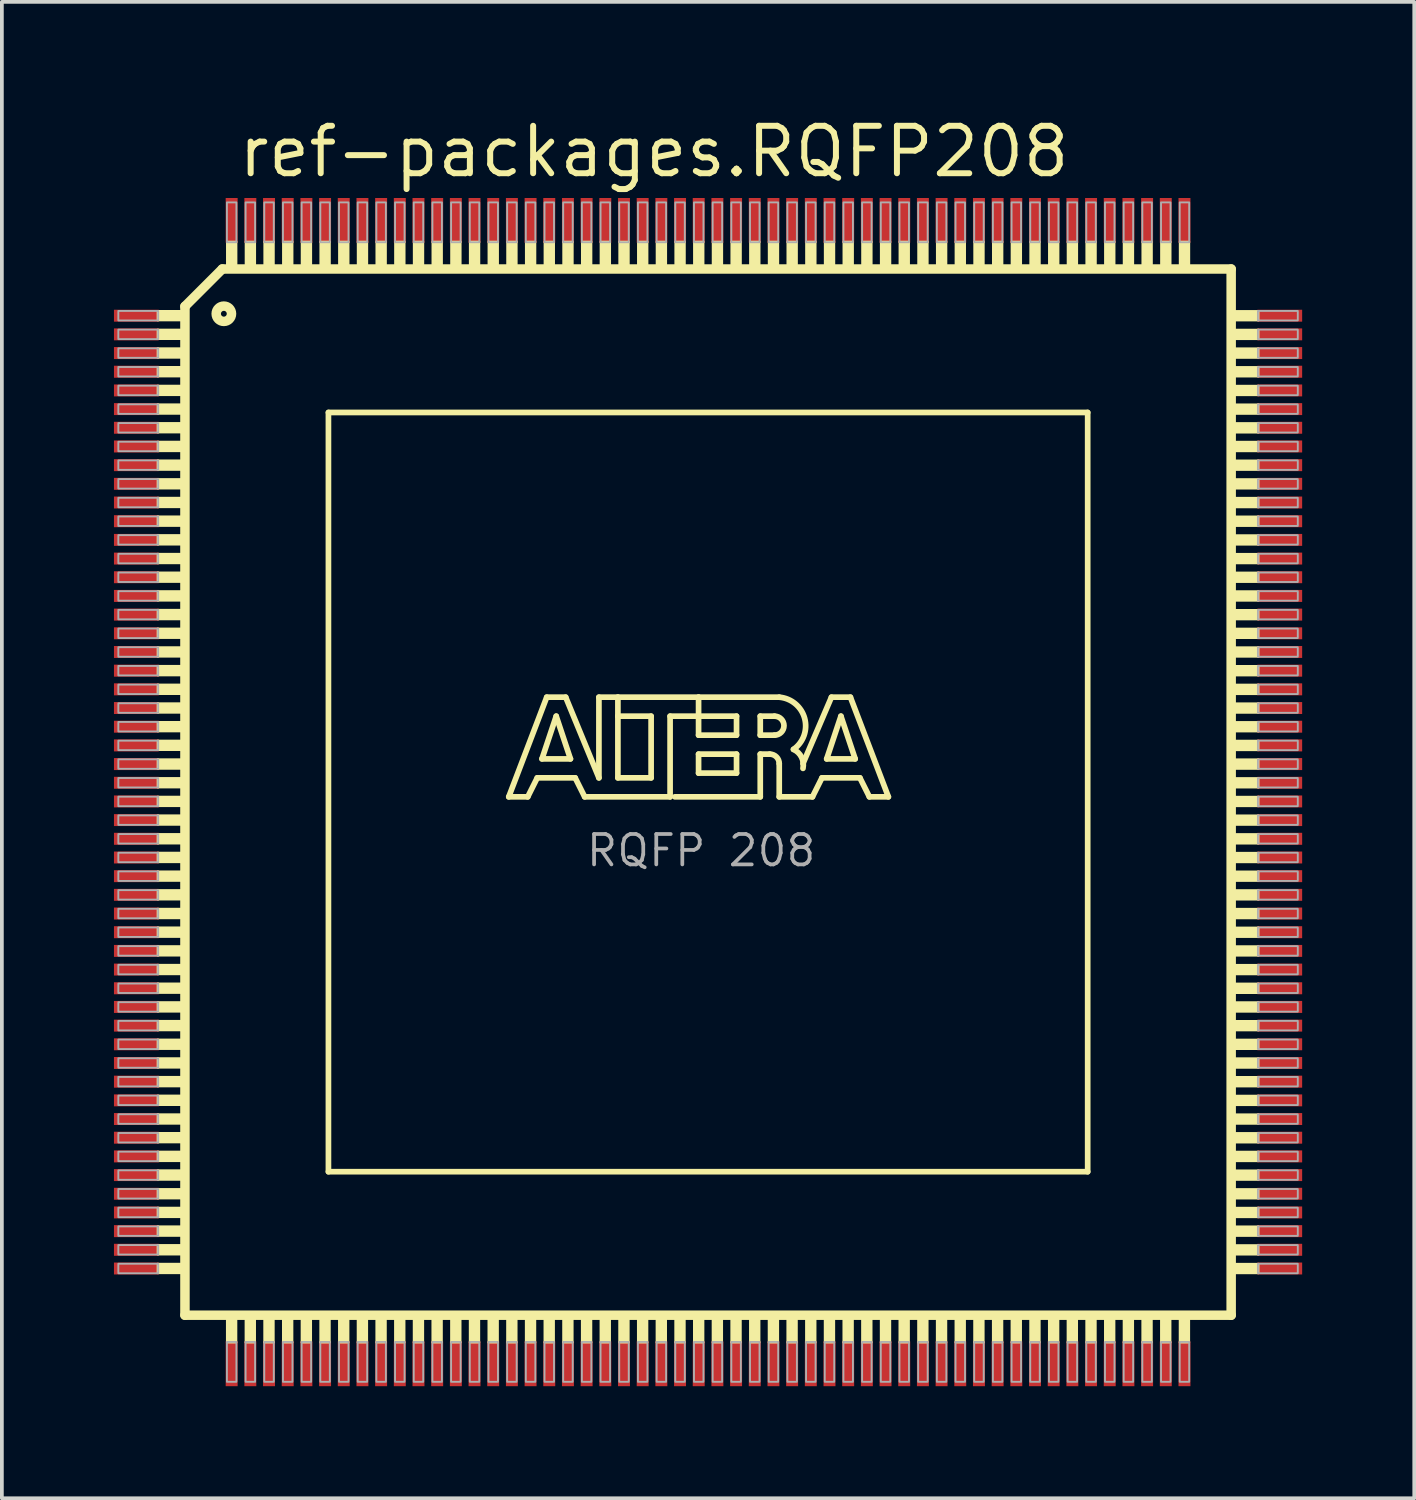
<source format=kicad_pcb>
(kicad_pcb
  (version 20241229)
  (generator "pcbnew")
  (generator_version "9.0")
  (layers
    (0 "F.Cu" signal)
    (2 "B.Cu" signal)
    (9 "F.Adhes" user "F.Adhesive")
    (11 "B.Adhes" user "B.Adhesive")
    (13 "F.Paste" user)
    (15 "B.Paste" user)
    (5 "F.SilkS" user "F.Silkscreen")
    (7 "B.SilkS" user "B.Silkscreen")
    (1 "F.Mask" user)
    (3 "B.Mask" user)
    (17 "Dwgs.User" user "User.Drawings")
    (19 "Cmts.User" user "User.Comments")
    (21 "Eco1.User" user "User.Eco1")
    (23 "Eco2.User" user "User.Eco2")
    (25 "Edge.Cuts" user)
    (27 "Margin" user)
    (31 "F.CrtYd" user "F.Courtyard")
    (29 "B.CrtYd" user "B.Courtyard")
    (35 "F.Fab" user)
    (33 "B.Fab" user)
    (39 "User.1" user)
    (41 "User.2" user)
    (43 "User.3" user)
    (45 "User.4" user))
  (footprint "ref-packages.RQFP208"
    (layer "F.Cu")
    (at 15.9 18.149)
    (property "Reference" "ref-packages.RQFP208" (at -12.649 -16.399 0) (layer "F.SilkS") (effects (font (size 1.27 1.27) (thickness 0.16)) (justify left bottom)))
    (attr smd)
    (fp_line (start -14 -13) (end -14 14) (stroke (width 0.254) (type default)) (layer "F.SilkS"))
    (fp_line (start -14 14) (end 14 14) (stroke (width 0.254) (type default)) (layer "F.SilkS"))
    (fp_line (start -13 -14) (end -14 -13) (stroke (width 0.254) (type default)) (layer "F.SilkS"))
    (fp_line (start -10.16 -10.16) (end 10.16 -10.16) (stroke (width 0.152) (type default)) (layer "F.SilkS"))
    (fp_line (start -10.16 10.16) (end -10.16 -10.16) (stroke (width 0.152) (type default)) (layer "F.SilkS"))
    (fp_line (start -5.334 0.127) (end -4.318 -2.54) (stroke (width 0.152) (type default)) (layer "F.SilkS"))
    (fp_line (start -4.826 0.127) (end -5.334 0.127) (stroke (width 0.152) (type default)) (layer "F.SilkS"))
    (fp_line (start -4.572 -0.381) (end -4.826 0.127) (stroke (width 0.152) (type default)) (layer "F.SilkS"))
    (fp_line (start -4.445 -0.889) (end -3.683 -0.889) (stroke (width 0.152) (type default)) (layer "F.SilkS"))
    (fp_line (start -4.318 -2.54) (end -3.81 -2.54) (stroke (width 0.152) (type default)) (layer "F.SilkS"))
    (fp_line (start -4.064 -2.032) (end -4.445 -0.889) (stroke (width 0.152) (type default)) (layer "F.SilkS"))
    (fp_line (start -3.81 -2.54) (end -2.921 -0.381) (stroke (width 0.152) (type default)) (layer "F.SilkS"))
    (fp_line (start -3.683 -0.889) (end -4.064 -2.032) (stroke (width 0.152) (type default)) (layer "F.SilkS"))
    (fp_line (start -3.556 -0.381) (end -4.572 -0.381) (stroke (width 0.152) (type default)) (layer "F.SilkS"))
    (fp_line (start -3.302 0.127) (end -3.556 -0.381) (stroke (width 0.152) (type default)) (layer "F.SilkS"))
    (fp_line (start -2.921 -2.54) (end -2.413 -2.54) (stroke (width 0.152) (type default)) (layer "F.SilkS"))
    (fp_line (start -2.921 -0.381) (end -2.921 -2.54) (stroke (width 0.152) (type default)) (layer "F.SilkS"))
    (fp_line (start -2.413 -2.54) (end -2.413 -2.032) (stroke (width 0.152) (type default)) (layer "F.SilkS"))
    (fp_line (start -2.413 -2.54) (end -0.254 -2.54) (stroke (width 0.152) (type default)) (layer "F.SilkS"))
    (fp_line (start -2.413 -2.032) (end -2.413 -0.381) (stroke (width 0.152) (type default)) (layer "F.SilkS"))
    (fp_line (start -2.413 -0.381) (end -1.524 -0.381) (stroke (width 0.152) (type default)) (layer "F.SilkS"))
    (fp_line (start -1.524 -2.032) (end -2.413 -2.032) (stroke (width 0.152) (type default)) (layer "F.SilkS"))
    (fp_line (start -1.524 -0.381) (end -1.524 -2.032) (stroke (width 0.152) (type default)) (layer "F.SilkS"))
    (fp_line (start -1.016 -2.032) (end -1.016 0.127) (stroke (width 0.152) (type default)) (layer "F.SilkS"))
    (fp_line (start -1.016 0.127) (end -3.302 0.127) (stroke (width 0.152) (type default)) (layer "F.SilkS"))
    (fp_line (start -0.254 -2.54) (end -0.254 -2.032) (stroke (width 0.152) (type default)) (layer "F.SilkS"))
    (fp_line (start -0.254 -2.54) (end 1.905 -2.54) (stroke (width 0.152) (type default)) (layer "F.SilkS"))
    (fp_line (start -0.254 -2.032) (end -1.016 -2.032) (stroke (width 0.152) (type default)) (layer "F.SilkS"))
    (fp_line (start -0.254 -2.032) (end -0.254 -1.524) (stroke (width 0.152) (type default)) (layer "F.SilkS"))
    (fp_line (start -0.254 -1.524) (end 0.762 -1.524) (stroke (width 0.152) (type default)) (layer "F.SilkS"))
    (fp_line (start -0.254 -1.016) (end 0.762 -1.016) (stroke (width 0.152) (type default)) (layer "F.SilkS"))
    (fp_line (start -0.254 -0.508) (end -0.254 -1.016) (stroke (width 0.152) (type default)) (layer "F.SilkS"))
    (fp_line (start 0.762 -2.032) (end -0.254 -2.032) (stroke (width 0.152) (type default)) (layer "F.SilkS"))
    (fp_line (start 0.762 -1.524) (end 0.762 -2.032) (stroke (width 0.152) (type default)) (layer "F.SilkS"))
    (fp_line (start 0.762 -1.016) (end 0.762 -0.508) (stroke (width 0.152) (type default)) (layer "F.SilkS"))
    (fp_line (start 0.762 -0.508) (end -0.254 -0.508) (stroke (width 0.152) (type default)) (layer "F.SilkS"))
    (fp_line (start 1.397 -2.032) (end 1.397 -1.524) (stroke (width 0.152) (type default)) (layer "F.SilkS"))
    (fp_line (start 1.397 -1.524) (end 1.778 -1.524) (stroke (width 0.152) (type default)) (layer "F.SilkS"))
    (fp_line (start 1.397 -1.016) (end 1.397 0.127) (stroke (width 0.152) (type default)) (layer "F.SilkS"))
    (fp_line (start 1.397 -1.016) (end 1.651 -1.016) (stroke (width 0.152) (type default)) (layer "F.SilkS"))
    (fp_line (start 1.397 0.127) (end -0.889 0.127) (stroke (width 0.152) (type default)) (layer "F.SilkS"))
    (fp_line (start 1.778 -2.032) (end 1.397 -2.032) (stroke (width 0.152) (type default)) (layer "F.SilkS"))
    (fp_line (start 1.905 -0.762) (end 1.905 0.127) (stroke (width 0.152) (type default)) (layer "F.SilkS"))
    (fp_line (start 1.905 0.127) (end 2.794 0.127) (stroke (width 0.152) (type default)) (layer "F.SilkS"))
    (fp_line (start 2.794 0.127) (end 3.048 -0.381) (stroke (width 0.152) (type default)) (layer "F.SilkS"))
    (fp_line (start 3.048 -0.381) (end 4.064 -0.381) (stroke (width 0.152) (type default)) (layer "F.SilkS"))
    (fp_line (start 3.175 -0.889) (end 3.556 -2.032) (stroke (width 0.152) (type default)) (layer "F.SilkS"))
    (fp_line (start 3.302 -2.54) (end 2.54 -0.762) (stroke (width 0.152) (type default)) (layer "F.SilkS"))
    (fp_line (start 3.556 -2.032) (end 3.937 -0.889) (stroke (width 0.152) (type default)) (layer "F.SilkS"))
    (fp_line (start 3.81 -2.54) (end 3.302 -2.54) (stroke (width 0.152) (type default)) (layer "F.SilkS"))
    (fp_line (start 3.937 -0.889) (end 3.175 -0.889) (stroke (width 0.152) (type default)) (layer "F.SilkS"))
    (fp_line (start 4.064 -0.381) (end 4.318 0.127) (stroke (width 0.152) (type default)) (layer "F.SilkS"))
    (fp_line (start 4.318 0.127) (end 4.826 0.127) (stroke (width 0.152) (type default)) (layer "F.SilkS"))
    (fp_line (start 4.826 0.127) (end 3.81 -2.54) (stroke (width 0.152) (type default)) (layer "F.SilkS"))
    (fp_line (start 10.16 -10.16) (end 10.16 10.16) (stroke (width 0.152) (type default)) (layer "F.SilkS"))
    (fp_line (start 10.16 10.16) (end -10.16 10.16) (stroke (width 0.152) (type default)) (layer "F.SilkS"))
    (fp_line (start 14 -14) (end -13 -14) (stroke (width 0.254) (type default)) (layer "F.SilkS"))
    (fp_line (start 14 14) (end 14 -14) (stroke (width 0.254) (type default)) (layer "F.SilkS"))
    (fp_rect (start -14.732 -12.624) (end -14.097 -12.878) (stroke (width 0.05) (type default)) (fill yes) (layer "F.SilkS"))
    (fp_rect (start -14.732 -12.124) (end -14.097 -12.378) (stroke (width 0.05) (type default)) (fill yes) (layer "F.SilkS"))
    (fp_rect (start -14.732 -11.624) (end -14.097 -11.878) (stroke (width 0.05) (type default)) (fill yes) (layer "F.SilkS"))
    (fp_rect (start -14.732 -11.124) (end -14.097 -11.378) (stroke (width 0.05) (type default)) (fill yes) (layer "F.SilkS"))
    (fp_rect (start -14.732 -10.624) (end -14.097 -10.878) (stroke (width 0.05) (type default)) (fill yes) (layer "F.SilkS"))
    (fp_rect (start -14.732 -10.124) (end -14.097 -10.378) (stroke (width 0.05) (type default)) (fill yes) (layer "F.SilkS"))
    (fp_rect (start -14.732 -9.624) (end -14.097 -9.878) (stroke (width 0.05) (type default)) (fill yes) (layer "F.SilkS"))
    (fp_rect (start -14.732 -9.124) (end -14.097 -9.378) (stroke (width 0.05) (type default)) (fill yes) (layer "F.SilkS"))
    (fp_rect (start -14.732 -8.624) (end -14.097 -8.878) (stroke (width 0.05) (type default)) (fill yes) (layer "F.SilkS"))
    (fp_rect (start -14.732 -8.124) (end -14.097 -8.378) (stroke (width 0.05) (type default)) (fill yes) (layer "F.SilkS"))
    (fp_rect (start -14.732 -7.624) (end -14.097 -7.878) (stroke (width 0.05) (type default)) (fill yes) (layer "F.SilkS"))
    (fp_rect (start -14.732 -7.124) (end -14.097 -7.378) (stroke (width 0.05) (type default)) (fill yes) (layer "F.SilkS"))
    (fp_rect (start -14.732 -6.624) (end -14.097 -6.878) (stroke (width 0.05) (type default)) (fill yes) (layer "F.SilkS"))
    (fp_rect (start -14.732 -6.124) (end -14.097 -6.378) (stroke (width 0.05) (type default)) (fill yes) (layer "F.SilkS"))
    (fp_rect (start -14.732 -5.624) (end -14.097 -5.878) (stroke (width 0.05) (type default)) (fill yes) (layer "F.SilkS"))
    (fp_rect (start -14.732 -5.124) (end -14.097 -5.378) (stroke (width 0.05) (type default)) (fill yes) (layer "F.SilkS"))
    (fp_rect (start -14.732 -4.624) (end -14.097 -4.878) (stroke (width 0.05) (type default)) (fill yes) (layer "F.SilkS"))
    (fp_rect (start -14.732 -4.124) (end -14.097 -4.378) (stroke (width 0.05) (type default)) (fill yes) (layer "F.SilkS"))
    (fp_rect (start -14.732 -3.624) (end -14.097 -3.878) (stroke (width 0.05) (type default)) (fill yes) (layer "F.SilkS"))
    (fp_rect (start -14.732 -3.124) (end -14.097 -3.378) (stroke (width 0.05) (type default)) (fill yes) (layer "F.SilkS"))
    (fp_rect (start -14.732 -2.624) (end -14.097 -2.878) (stroke (width 0.05) (type default)) (fill yes) (layer "F.SilkS"))
    (fp_rect (start -14.732 -2.124) (end -14.097 -2.378) (stroke (width 0.05) (type default)) (fill yes) (layer "F.SilkS"))
    (fp_rect (start -14.732 -1.624) (end -14.097 -1.878) (stroke (width 0.05) (type default)) (fill yes) (layer "F.SilkS"))
    (fp_rect (start -14.732 -1.124) (end -14.097 -1.378) (stroke (width 0.05) (type default)) (fill yes) (layer "F.SilkS"))
    (fp_rect (start -14.732 -0.624) (end -14.097 -0.878) (stroke (width 0.05) (type default)) (fill yes) (layer "F.SilkS"))
    (fp_rect (start -14.732 -0.124) (end -14.097 -0.378) (stroke (width 0.05) (type default)) (fill yes) (layer "F.SilkS"))
    (fp_rect (start -14.732 0.376) (end -14.097 0.122) (stroke (width 0.05) (type default)) (fill yes) (layer "F.SilkS"))
    (fp_rect (start -14.732 0.876) (end -14.097 0.622) (stroke (width 0.05) (type default)) (fill yes) (layer "F.SilkS"))
    (fp_rect (start -14.732 1.376) (end -14.097 1.122) (stroke (width 0.05) (type default)) (fill yes) (layer "F.SilkS"))
    (fp_rect (start -14.732 1.876) (end -14.097 1.622) (stroke (width 0.05) (type default)) (fill yes) (layer "F.SilkS"))
    (fp_rect (start -14.732 2.376) (end -14.097 2.122) (stroke (width 0.05) (type default)) (fill yes) (layer "F.SilkS"))
    (fp_rect (start -14.732 2.876) (end -14.097 2.622) (stroke (width 0.05) (type default)) (fill yes) (layer "F.SilkS"))
    (fp_rect (start -14.732 3.376) (end -14.097 3.122) (stroke (width 0.05) (type default)) (fill yes) (layer "F.SilkS"))
    (fp_rect (start -14.732 3.876) (end -14.097 3.622) (stroke (width 0.05) (type default)) (fill yes) (layer "F.SilkS"))
    (fp_rect (start -14.732 4.376) (end -14.097 4.122) (stroke (width 0.05) (type default)) (fill yes) (layer "F.SilkS"))
    (fp_rect (start -14.732 4.876) (end -14.097 4.622) (stroke (width 0.05) (type default)) (fill yes) (layer "F.SilkS"))
    (fp_rect (start -14.732 5.376) (end -14.097 5.122) (stroke (width 0.05) (type default)) (fill yes) (layer "F.SilkS"))
    (fp_rect (start -14.732 5.876) (end -14.097 5.622) (stroke (width 0.05) (type default)) (fill yes) (layer "F.SilkS"))
    (fp_rect (start -14.732 6.376) (end -14.097 6.122) (stroke (width 0.05) (type default)) (fill yes) (layer "F.SilkS"))
    (fp_rect (start -14.732 6.876) (end -14.097 6.622) (stroke (width 0.05) (type default)) (fill yes) (layer "F.SilkS"))
    (fp_rect (start -14.732 7.376) (end -14.097 7.122) (stroke (width 0.05) (type default)) (fill yes) (layer "F.SilkS"))
    (fp_rect (start -14.732 7.876) (end -14.097 7.622) (stroke (width 0.05) (type default)) (fill yes) (layer "F.SilkS"))
    (fp_rect (start -14.732 8.376) (end -14.097 8.122) (stroke (width 0.05) (type default)) (fill yes) (layer "F.SilkS"))
    (fp_rect (start -14.732 8.876) (end -14.097 8.622) (stroke (width 0.05) (type default)) (fill yes) (layer "F.SilkS"))
    (fp_rect (start -14.732 9.376) (end -14.097 9.122) (stroke (width 0.05) (type default)) (fill yes) (layer "F.SilkS"))
    (fp_rect (start -14.732 9.876) (end -14.097 9.622) (stroke (width 0.05) (type default)) (fill yes) (layer "F.SilkS"))
    (fp_rect (start -14.732 10.376) (end -14.097 10.122) (stroke (width 0.05) (type default)) (fill yes) (layer "F.SilkS"))
    (fp_rect (start -14.732 10.876) (end -14.097 10.622) (stroke (width 0.05) (type default)) (fill yes) (layer "F.SilkS"))
    (fp_rect (start -14.732 11.376) (end -14.097 11.122) (stroke (width 0.05) (type default)) (fill yes) (layer "F.SilkS"))
    (fp_rect (start -14.732 11.876) (end -14.097 11.622) (stroke (width 0.05) (type default)) (fill yes) (layer "F.SilkS"))
    (fp_rect (start -14.732 12.376) (end -14.097 12.122) (stroke (width 0.05) (type default)) (fill yes) (layer "F.SilkS"))
    (fp_rect (start -14.732 12.876) (end -14.097 12.622) (stroke (width 0.05) (type default)) (fill yes) (layer "F.SilkS"))
    (fp_rect (start -12.878 14.732) (end -12.624 14.097) (stroke (width 0.05) (type default)) (fill yes) (layer "F.SilkS"))
    (fp_rect (start -12.876 -14.097) (end -12.622 -14.732) (stroke (width 0.05) (type default)) (fill yes) (layer "F.SilkS"))
    (fp_rect (start -12.378 14.732) (end -12.124 14.097) (stroke (width 0.05) (type default)) (fill yes) (layer "F.SilkS"))
    (fp_rect (start -12.376 -14.097) (end -12.122 -14.732) (stroke (width 0.05) (type default)) (fill yes) (layer "F.SilkS"))
    (fp_rect (start -11.878 14.732) (end -11.624 14.097) (stroke (width 0.05) (type default)) (fill yes) (layer "F.SilkS"))
    (fp_rect (start -11.876 -14.097) (end -11.622 -14.732) (stroke (width 0.05) (type default)) (fill yes) (layer "F.SilkS"))
    (fp_rect (start -11.378 14.732) (end -11.124 14.097) (stroke (width 0.05) (type default)) (fill yes) (layer "F.SilkS"))
    (fp_rect (start -11.376 -14.097) (end -11.122 -14.732) (stroke (width 0.05) (type default)) (fill yes) (layer "F.SilkS"))
    (fp_rect (start -10.878 14.732) (end -10.624 14.097) (stroke (width 0.05) (type default)) (fill yes) (layer "F.SilkS"))
    (fp_rect (start -10.876 -14.097) (end -10.622 -14.732) (stroke (width 0.05) (type default)) (fill yes) (layer "F.SilkS"))
    (fp_rect (start -10.378 14.732) (end -10.124 14.097) (stroke (width 0.05) (type default)) (fill yes) (layer "F.SilkS"))
    (fp_rect (start -10.376 -14.097) (end -10.122 -14.732) (stroke (width 0.05) (type default)) (fill yes) (layer "F.SilkS"))
    (fp_rect (start -9.878 14.732) (end -9.624 14.097) (stroke (width 0.05) (type default)) (fill yes) (layer "F.SilkS"))
    (fp_rect (start -9.876 -14.097) (end -9.622 -14.732) (stroke (width 0.05) (type default)) (fill yes) (layer "F.SilkS"))
    (fp_rect (start -9.378 14.732) (end -9.124 14.097) (stroke (width 0.05) (type default)) (fill yes) (layer "F.SilkS"))
    (fp_rect (start -9.376 -14.097) (end -9.122 -14.732) (stroke (width 0.05) (type default)) (fill yes) (layer "F.SilkS"))
    (fp_rect (start -8.878 14.732) (end -8.624 14.097) (stroke (width 0.05) (type default)) (fill yes) (layer "F.SilkS"))
    (fp_rect (start -8.876 -14.097) (end -8.622 -14.732) (stroke (width 0.05) (type default)) (fill yes) (layer "F.SilkS"))
    (fp_rect (start -8.378 14.732) (end -8.124 14.097) (stroke (width 0.05) (type default)) (fill yes) (layer "F.SilkS"))
    (fp_rect (start -8.376 -14.097) (end -8.122 -14.732) (stroke (width 0.05) (type default)) (fill yes) (layer "F.SilkS"))
    (fp_rect (start -7.878 14.732) (end -7.624 14.097) (stroke (width 0.05) (type default)) (fill yes) (layer "F.SilkS"))
    (fp_rect (start -7.876 -14.097) (end -7.622 -14.732) (stroke (width 0.05) (type default)) (fill yes) (layer "F.SilkS"))
    (fp_rect (start -7.378 14.732) (end -7.124 14.097) (stroke (width 0.05) (type default)) (fill yes) (layer "F.SilkS"))
    (fp_rect (start -7.376 -14.097) (end -7.122 -14.732) (stroke (width 0.05) (type default)) (fill yes) (layer "F.SilkS"))
    (fp_rect (start -6.878 14.732) (end -6.624 14.097) (stroke (width 0.05) (type default)) (fill yes) (layer "F.SilkS"))
    (fp_rect (start -6.876 -14.097) (end -6.622 -14.732) (stroke (width 0.05) (type default)) (fill yes) (layer "F.SilkS"))
    (fp_rect (start -6.378 14.732) (end -6.124 14.097) (stroke (width 0.05) (type default)) (fill yes) (layer "F.SilkS"))
    (fp_rect (start -6.376 -14.097) (end -6.122 -14.732) (stroke (width 0.05) (type default)) (fill yes) (layer "F.SilkS"))
    (fp_rect (start -5.878 14.732) (end -5.624 14.097) (stroke (width 0.05) (type default)) (fill yes) (layer "F.SilkS"))
    (fp_rect (start -5.876 -14.097) (end -5.622 -14.732) (stroke (width 0.05) (type default)) (fill yes) (layer "F.SilkS"))
    (fp_rect (start -5.378 14.732) (end -5.124 14.097) (stroke (width 0.05) (type default)) (fill yes) (layer "F.SilkS"))
    (fp_rect (start -5.376 -14.097) (end -5.122 -14.732) (stroke (width 0.05) (type default)) (fill yes) (layer "F.SilkS"))
    (fp_rect (start -4.878 14.732) (end -4.624 14.097) (stroke (width 0.05) (type default)) (fill yes) (layer "F.SilkS"))
    (fp_rect (start -4.876 -14.097) (end -4.622 -14.732) (stroke (width 0.05) (type default)) (fill yes) (layer "F.SilkS"))
    (fp_rect (start -4.378 14.732) (end -4.124 14.097) (stroke (width 0.05) (type default)) (fill yes) (layer "F.SilkS"))
    (fp_rect (start -4.376 -14.097) (end -4.122 -14.732) (stroke (width 0.05) (type default)) (fill yes) (layer "F.SilkS"))
    (fp_rect (start -3.878 14.732) (end -3.624 14.097) (stroke (width 0.05) (type default)) (fill yes) (layer "F.SilkS"))
    (fp_rect (start -3.876 -14.097) (end -3.622 -14.732) (stroke (width 0.05) (type default)) (fill yes) (layer "F.SilkS"))
    (fp_rect (start -3.378 14.732) (end -3.124 14.097) (stroke (width 0.05) (type default)) (fill yes) (layer "F.SilkS"))
    (fp_rect (start -3.376 -14.097) (end -3.122 -14.732) (stroke (width 0.05) (type default)) (fill yes) (layer "F.SilkS"))
    (fp_rect (start -2.878 14.732) (end -2.624 14.097) (stroke (width 0.05) (type default)) (fill yes) (layer "F.SilkS"))
    (fp_rect (start -2.876 -14.097) (end -2.622 -14.732) (stroke (width 0.05) (type default)) (fill yes) (layer "F.SilkS"))
    (fp_rect (start -2.378 14.732) (end -2.124 14.097) (stroke (width 0.05) (type default)) (fill yes) (layer "F.SilkS"))
    (fp_rect (start -2.376 -14.097) (end -2.122 -14.732) (stroke (width 0.05) (type default)) (fill yes) (layer "F.SilkS"))
    (fp_rect (start -1.878 14.732) (end -1.624 14.097) (stroke (width 0.05) (type default)) (fill yes) (layer "F.SilkS"))
    (fp_rect (start -1.876 -14.097) (end -1.622 -14.732) (stroke (width 0.05) (type default)) (fill yes) (layer "F.SilkS"))
    (fp_rect (start -1.378 14.732) (end -1.124 14.097) (stroke (width 0.05) (type default)) (fill yes) (layer "F.SilkS"))
    (fp_rect (start -1.376 -14.097) (end -1.122 -14.732) (stroke (width 0.05) (type default)) (fill yes) (layer "F.SilkS"))
    (fp_rect (start -0.878 14.732) (end -0.624 14.097) (stroke (width 0.05) (type default)) (fill yes) (layer "F.SilkS"))
    (fp_rect (start -0.876 -14.097) (end -0.622 -14.732) (stroke (width 0.05) (type default)) (fill yes) (layer "F.SilkS"))
    (fp_rect (start -0.378 14.732) (end -0.124 14.097) (stroke (width 0.05) (type default)) (fill yes) (layer "F.SilkS"))
    (fp_rect (start -0.376 -14.097) (end -0.122 -14.732) (stroke (width 0.05) (type default)) (fill yes) (layer "F.SilkS"))
    (fp_rect (start 0.122 14.732) (end 0.376 14.097) (stroke (width 0.05) (type default)) (fill yes) (layer "F.SilkS"))
    (fp_rect (start 0.124 -14.097) (end 0.378 -14.732) (stroke (width 0.05) (type default)) (fill yes) (layer "F.SilkS"))
    (fp_rect (start 0.622 14.732) (end 0.876 14.097) (stroke (width 0.05) (type default)) (fill yes) (layer "F.SilkS"))
    (fp_rect (start 0.624 -14.097) (end 0.878 -14.732) (stroke (width 0.05) (type default)) (fill yes) (layer "F.SilkS"))
    (fp_rect (start 1.122 14.732) (end 1.376 14.097) (stroke (width 0.05) (type default)) (fill yes) (layer "F.SilkS"))
    (fp_rect (start 1.124 -14.097) (end 1.378 -14.732) (stroke (width 0.05) (type default)) (fill yes) (layer "F.SilkS"))
    (fp_rect (start 1.622 14.732) (end 1.876 14.097) (stroke (width 0.05) (type default)) (fill yes) (layer "F.SilkS"))
    (fp_rect (start 1.624 -14.097) (end 1.878 -14.732) (stroke (width 0.05) (type default)) (fill yes) (layer "F.SilkS"))
    (fp_rect (start 2.122 14.732) (end 2.376 14.097) (stroke (width 0.05) (type default)) (fill yes) (layer "F.SilkS"))
    (fp_rect (start 2.124 -14.097) (end 2.378 -14.732) (stroke (width 0.05) (type default)) (fill yes) (layer "F.SilkS"))
    (fp_rect (start 2.622 14.732) (end 2.876 14.097) (stroke (width 0.05) (type default)) (fill yes) (layer "F.SilkS"))
    (fp_rect (start 2.624 -14.097) (end 2.878 -14.732) (stroke (width 0.05) (type default)) (fill yes) (layer "F.SilkS"))
    (fp_rect (start 3.122 14.732) (end 3.376 14.097) (stroke (width 0.05) (type default)) (fill yes) (layer "F.SilkS"))
    (fp_rect (start 3.124 -14.097) (end 3.378 -14.732) (stroke (width 0.05) (type default)) (fill yes) (layer "F.SilkS"))
    (fp_rect (start 3.622 14.732) (end 3.876 14.097) (stroke (width 0.05) (type default)) (fill yes) (layer "F.SilkS"))
    (fp_rect (start 3.624 -14.097) (end 3.878 -14.732) (stroke (width 0.05) (type default)) (fill yes) (layer "F.SilkS"))
    (fp_rect (start 4.122 14.732) (end 4.376 14.097) (stroke (width 0.05) (type default)) (fill yes) (layer "F.SilkS"))
    (fp_rect (start 4.124 -14.097) (end 4.378 -14.732) (stroke (width 0.05) (type default)) (fill yes) (layer "F.SilkS"))
    (fp_rect (start 4.622 14.732) (end 4.876 14.097) (stroke (width 0.05) (type default)) (fill yes) (layer "F.SilkS"))
    (fp_rect (start 4.624 -14.097) (end 4.878 -14.732) (stroke (width 0.05) (type default)) (fill yes) (layer "F.SilkS"))
    (fp_rect (start 5.122 14.732) (end 5.376 14.097) (stroke (width 0.05) (type default)) (fill yes) (layer "F.SilkS"))
    (fp_rect (start 5.124 -14.097) (end 5.378 -14.732) (stroke (width 0.05) (type default)) (fill yes) (layer "F.SilkS"))
    (fp_rect (start 5.622 14.732) (end 5.876 14.097) (stroke (width 0.05) (type default)) (fill yes) (layer "F.SilkS"))
    (fp_rect (start 5.624 -14.097) (end 5.878 -14.732) (stroke (width 0.05) (type default)) (fill yes) (layer "F.SilkS"))
    (fp_rect (start 6.122 14.732) (end 6.376 14.097) (stroke (width 0.05) (type default)) (fill yes) (layer "F.SilkS"))
    (fp_rect (start 6.124 -14.097) (end 6.378 -14.732) (stroke (width 0.05) (type default)) (fill yes) (layer "F.SilkS"))
    (fp_rect (start 6.622 14.732) (end 6.876 14.097) (stroke (width 0.05) (type default)) (fill yes) (layer "F.SilkS"))
    (fp_rect (start 6.624 -14.097) (end 6.878 -14.732) (stroke (width 0.05) (type default)) (fill yes) (layer "F.SilkS"))
    (fp_rect (start 7.122 14.732) (end 7.376 14.097) (stroke (width 0.05) (type default)) (fill yes) (layer "F.SilkS"))
    (fp_rect (start 7.124 -14.097) (end 7.378 -14.732) (stroke (width 0.05) (type default)) (fill yes) (layer "F.SilkS"))
    (fp_rect (start 7.622 14.732) (end 7.876 14.097) (stroke (width 0.05) (type default)) (fill yes) (layer "F.SilkS"))
    (fp_rect (start 7.624 -14.097) (end 7.878 -14.732) (stroke (width 0.05) (type default)) (fill yes) (layer "F.SilkS"))
    (fp_rect (start 8.122 14.732) (end 8.376 14.097) (stroke (width 0.05) (type default)) (fill yes) (layer "F.SilkS"))
    (fp_rect (start 8.124 -14.097) (end 8.378 -14.732) (stroke (width 0.05) (type default)) (fill yes) (layer "F.SilkS"))
    (fp_rect (start 8.622 14.732) (end 8.876 14.097) (stroke (width 0.05) (type default)) (fill yes) (layer "F.SilkS"))
    (fp_rect (start 8.624 -14.097) (end 8.878 -14.732) (stroke (width 0.05) (type default)) (fill yes) (layer "F.SilkS"))
    (fp_rect (start 9.122 14.732) (end 9.376 14.097) (stroke (width 0.05) (type default)) (fill yes) (layer "F.SilkS"))
    (fp_rect (start 9.124 -14.097) (end 9.378 -14.732) (stroke (width 0.05) (type default)) (fill yes) (layer "F.SilkS"))
    (fp_rect (start 9.622 14.732) (end 9.876 14.097) (stroke (width 0.05) (type default)) (fill yes) (layer "F.SilkS"))
    (fp_rect (start 9.624 -14.097) (end 9.878 -14.732) (stroke (width 0.05) (type default)) (fill yes) (layer "F.SilkS"))
    (fp_rect (start 10.122 14.732) (end 10.376 14.097) (stroke (width 0.05) (type default)) (fill yes) (layer "F.SilkS"))
    (fp_rect (start 10.124 -14.097) (end 10.378 -14.732) (stroke (width 0.05) (type default)) (fill yes) (layer "F.SilkS"))
    (fp_rect (start 10.622 14.732) (end 10.876 14.097) (stroke (width 0.05) (type default)) (fill yes) (layer "F.SilkS"))
    (fp_rect (start 10.624 -14.097) (end 10.878 -14.732) (stroke (width 0.05) (type default)) (fill yes) (layer "F.SilkS"))
    (fp_rect (start 11.122 14.732) (end 11.376 14.097) (stroke (width 0.05) (type default)) (fill yes) (layer "F.SilkS"))
    (fp_rect (start 11.124 -14.097) (end 11.378 -14.732) (stroke (width 0.05) (type default)) (fill yes) (layer "F.SilkS"))
    (fp_rect (start 11.622 14.732) (end 11.876 14.097) (stroke (width 0.05) (type default)) (fill yes) (layer "F.SilkS"))
    (fp_rect (start 11.624 -14.097) (end 11.878 -14.732) (stroke (width 0.05) (type default)) (fill yes) (layer "F.SilkS"))
    (fp_rect (start 12.122 14.732) (end 12.376 14.097) (stroke (width 0.05) (type default)) (fill yes) (layer "F.SilkS"))
    (fp_rect (start 12.124 -14.097) (end 12.378 -14.732) (stroke (width 0.05) (type default)) (fill yes) (layer "F.SilkS"))
    (fp_rect (start 12.622 14.732) (end 12.876 14.097) (stroke (width 0.05) (type default)) (fill yes) (layer "F.SilkS"))
    (fp_rect (start 12.624 -14.097) (end 12.878 -14.732) (stroke (width 0.05) (type default)) (fill yes) (layer "F.SilkS"))
    (fp_rect (start 14.097 -12.622) (end 14.732 -12.876) (stroke (width 0.05) (type default)) (fill yes) (layer "F.SilkS"))
    (fp_rect (start 14.097 -12.122) (end 14.732 -12.376) (stroke (width 0.05) (type default)) (fill yes) (layer "F.SilkS"))
    (fp_rect (start 14.097 -11.622) (end 14.732 -11.876) (stroke (width 0.05) (type default)) (fill yes) (layer "F.SilkS"))
    (fp_rect (start 14.097 -11.122) (end 14.732 -11.376) (stroke (width 0.05) (type default)) (fill yes) (layer "F.SilkS"))
    (fp_rect (start 14.097 -10.622) (end 14.732 -10.876) (stroke (width 0.05) (type default)) (fill yes) (layer "F.SilkS"))
    (fp_rect (start 14.097 -10.122) (end 14.732 -10.376) (stroke (width 0.05) (type default)) (fill yes) (layer "F.SilkS"))
    (fp_rect (start 14.097 -9.622) (end 14.732 -9.876) (stroke (width 0.05) (type default)) (fill yes) (layer "F.SilkS"))
    (fp_rect (start 14.097 -9.122) (end 14.732 -9.376) (stroke (width 0.05) (type default)) (fill yes) (layer "F.SilkS"))
    (fp_rect (start 14.097 -8.622) (end 14.732 -8.876) (stroke (width 0.05) (type default)) (fill yes) (layer "F.SilkS"))
    (fp_rect (start 14.097 -8.122) (end 14.732 -8.376) (stroke (width 0.05) (type default)) (fill yes) (layer "F.SilkS"))
    (fp_rect (start 14.097 -7.622) (end 14.732 -7.876) (stroke (width 0.05) (type default)) (fill yes) (layer "F.SilkS"))
    (fp_rect (start 14.097 -7.122) (end 14.732 -7.376) (stroke (width 0.05) (type default)) (fill yes) (layer "F.SilkS"))
    (fp_rect (start 14.097 -6.622) (end 14.732 -6.876) (stroke (width 0.05) (type default)) (fill yes) (layer "F.SilkS"))
    (fp_rect (start 14.097 -6.122) (end 14.732 -6.376) (stroke (width 0.05) (type default)) (fill yes) (layer "F.SilkS"))
    (fp_rect (start 14.097 -5.622) (end 14.732 -5.876) (stroke (width 0.05) (type default)) (fill yes) (layer "F.SilkS"))
    (fp_rect (start 14.097 -5.122) (end 14.732 -5.376) (stroke (width 0.05) (type default)) (fill yes) (layer "F.SilkS"))
    (fp_rect (start 14.097 -4.622) (end 14.732 -4.876) (stroke (width 0.05) (type default)) (fill yes) (layer "F.SilkS"))
    (fp_rect (start 14.097 -4.122) (end 14.732 -4.376) (stroke (width 0.05) (type default)) (fill yes) (layer "F.SilkS"))
    (fp_rect (start 14.097 -3.622) (end 14.732 -3.876) (stroke (width 0.05) (type default)) (fill yes) (layer "F.SilkS"))
    (fp_rect (start 14.097 -3.122) (end 14.732 -3.376) (stroke (width 0.05) (type default)) (fill yes) (layer "F.SilkS"))
    (fp_rect (start 14.097 -2.622) (end 14.732 -2.876) (stroke (width 0.05) (type default)) (fill yes) (layer "F.SilkS"))
    (fp_rect (start 14.097 -2.122) (end 14.732 -2.376) (stroke (width 0.05) (type default)) (fill yes) (layer "F.SilkS"))
    (fp_rect (start 14.097 -1.622) (end 14.732 -1.876) (stroke (width 0.05) (type default)) (fill yes) (layer "F.SilkS"))
    (fp_rect (start 14.097 -1.122) (end 14.732 -1.376) (stroke (width 0.05) (type default)) (fill yes) (layer "F.SilkS"))
    (fp_rect (start 14.097 -0.622) (end 14.732 -0.876) (stroke (width 0.05) (type default)) (fill yes) (layer "F.SilkS"))
    (fp_rect (start 14.097 -0.122) (end 14.732 -0.376) (stroke (width 0.05) (type default)) (fill yes) (layer "F.SilkS"))
    (fp_rect (start 14.097 0.378) (end 14.732 0.124) (stroke (width 0.05) (type default)) (fill yes) (layer "F.SilkS"))
    (fp_rect (start 14.097 0.878) (end 14.732 0.624) (stroke (width 0.05) (type default)) (fill yes) (layer "F.SilkS"))
    (fp_rect (start 14.097 1.378) (end 14.732 1.124) (stroke (width 0.05) (type default)) (fill yes) (layer "F.SilkS"))
    (fp_rect (start 14.097 1.878) (end 14.732 1.624) (stroke (width 0.05) (type default)) (fill yes) (layer "F.SilkS"))
    (fp_rect (start 14.097 2.378) (end 14.732 2.124) (stroke (width 0.05) (type default)) (fill yes) (layer "F.SilkS"))
    (fp_rect (start 14.097 2.878) (end 14.732 2.624) (stroke (width 0.05) (type default)) (fill yes) (layer "F.SilkS"))
    (fp_rect (start 14.097 3.378) (end 14.732 3.124) (stroke (width 0.05) (type default)) (fill yes) (layer "F.SilkS"))
    (fp_rect (start 14.097 3.878) (end 14.732 3.624) (stroke (width 0.05) (type default)) (fill yes) (layer "F.SilkS"))
    (fp_rect (start 14.097 4.378) (end 14.732 4.124) (stroke (width 0.05) (type default)) (fill yes) (layer "F.SilkS"))
    (fp_rect (start 14.097 4.878) (end 14.732 4.624) (stroke (width 0.05) (type default)) (fill yes) (layer "F.SilkS"))
    (fp_rect (start 14.097 5.378) (end 14.732 5.124) (stroke (width 0.05) (type default)) (fill yes) (layer "F.SilkS"))
    (fp_rect (start 14.097 5.878) (end 14.732 5.624) (stroke (width 0.05) (type default)) (fill yes) (layer "F.SilkS"))
    (fp_rect (start 14.097 6.378) (end 14.732 6.124) (stroke (width 0.05) (type default)) (fill yes) (layer "F.SilkS"))
    (fp_rect (start 14.097 6.878) (end 14.732 6.624) (stroke (width 0.05) (type default)) (fill yes) (layer "F.SilkS"))
    (fp_rect (start 14.097 7.378) (end 14.732 7.124) (stroke (width 0.05) (type default)) (fill yes) (layer "F.SilkS"))
    (fp_rect (start 14.097 7.878) (end 14.732 7.624) (stroke (width 0.05) (type default)) (fill yes) (layer "F.SilkS"))
    (fp_rect (start 14.097 8.378) (end 14.732 8.124) (stroke (width 0.05) (type default)) (fill yes) (layer "F.SilkS"))
    (fp_rect (start 14.097 8.878) (end 14.732 8.624) (stroke (width 0.05) (type default)) (fill yes) (layer "F.SilkS"))
    (fp_rect (start 14.097 9.378) (end 14.732 9.124) (stroke (width 0.05) (type default)) (fill yes) (layer "F.SilkS"))
    (fp_rect (start 14.097 9.878) (end 14.732 9.624) (stroke (width 0.05) (type default)) (fill yes) (layer "F.SilkS"))
    (fp_rect (start 14.097 10.378) (end 14.732 10.124) (stroke (width 0.05) (type default)) (fill yes) (layer "F.SilkS"))
    (fp_rect (start 14.097 10.878) (end 14.732 10.624) (stroke (width 0.05) (type default)) (fill yes) (layer "F.SilkS"))
    (fp_rect (start 14.097 11.378) (end 14.732 11.124) (stroke (width 0.05) (type default)) (fill yes) (layer "F.SilkS"))
    (fp_rect (start 14.097 11.878) (end 14.732 11.624) (stroke (width 0.05) (type default)) (fill yes) (layer "F.SilkS"))
    (fp_rect (start 14.097 12.378) (end 14.732 12.124) (stroke (width 0.05) (type default)) (fill yes) (layer "F.SilkS"))
    (fp_rect (start 14.097 12.878) (end 14.732 12.624) (stroke (width 0.05) (type default)) (fill yes) (layer "F.SilkS"))
    (fp_arc (start 1.651 -1.016) (mid 1.830605 -0.941605) (end 1.905 -0.762) (stroke (width 0.1524) (type default)) (layer "F.SilkS"))
    (fp_arc (start 1.778 -2.032) (mid 2.032 -1.778) (end 1.778 -1.524) (stroke (width 0.1524) (type default)) (layer "F.SilkS"))
    (fp_arc (start 1.905 -2.54) (mid 2.585094 -1.97463) (end 2.2861 -1.1423) (stroke (width 0.1524) (type default)) (layer "F.SilkS"))
    (fp_arc (start 2.286 -1.143) (mid 2.502216 -0.933585) (end 2.5403 -0.635) (stroke (width 0.1524) (type default)) (layer "F.SilkS"))
    (fp_circle (center -12.959 -12.802) (end -12.754 -12.802) (stroke (width 0.254) (type default)) (fill no) (layer "F.SilkS"))
    (fp_rect (start -15.783 -12.623) (end -14.716 -12.877) (stroke (width 0.05) (type default)) (fill no) (layer "F.Fab"))
    (fp_rect (start -15.783 -12.123) (end -14.716 -12.377) (stroke (width 0.05) (type default)) (fill no) (layer "F.Fab"))
    (fp_rect (start -15.783 -11.623) (end -14.716 -11.877) (stroke (width 0.05) (type default)) (fill no) (layer "F.Fab"))
    (fp_rect (start -15.783 -11.123) (end -14.716 -11.377) (stroke (width 0.05) (type default)) (fill no) (layer "F.Fab"))
    (fp_rect (start -15.783 -10.623) (end -14.716 -10.877) (stroke (width 0.05) (type default)) (fill no) (layer "F.Fab"))
    (fp_rect (start -15.783 -10.123) (end -14.716 -10.377) (stroke (width 0.05) (type default)) (fill no) (layer "F.Fab"))
    (fp_rect (start -15.783 -9.623) (end -14.716 -9.877) (stroke (width 0.05) (type default)) (fill no) (layer "F.Fab"))
    (fp_rect (start -15.783 -9.123) (end -14.716 -9.377) (stroke (width 0.05) (type default)) (fill no) (layer "F.Fab"))
    (fp_rect (start -15.783 -8.623) (end -14.716 -8.877) (stroke (width 0.05) (type default)) (fill no) (layer "F.Fab"))
    (fp_rect (start -15.783 -8.123) (end -14.716 -8.377) (stroke (width 0.05) (type default)) (fill no) (layer "F.Fab"))
    (fp_rect (start -15.783 -7.623) (end -14.716 -7.877) (stroke (width 0.05) (type default)) (fill no) (layer "F.Fab"))
    (fp_rect (start -15.783 -7.123) (end -14.716 -7.377) (stroke (width 0.05) (type default)) (fill no) (layer "F.Fab"))
    (fp_rect (start -15.783 -6.623) (end -14.716 -6.877) (stroke (width 0.05) (type default)) (fill no) (layer "F.Fab"))
    (fp_rect (start -15.783 -6.123) (end -14.716 -6.377) (stroke (width 0.05) (type default)) (fill no) (layer "F.Fab"))
    (fp_rect (start -15.783 -5.623) (end -14.716 -5.877) (stroke (width 0.05) (type default)) (fill no) (layer "F.Fab"))
    (fp_rect (start -15.783 -5.123) (end -14.716 -5.377) (stroke (width 0.05) (type default)) (fill no) (layer "F.Fab"))
    (fp_rect (start -15.783 -4.623) (end -14.716 -4.877) (stroke (width 0.05) (type default)) (fill no) (layer "F.Fab"))
    (fp_rect (start -15.783 -4.123) (end -14.716 -4.377) (stroke (width 0.05) (type default)) (fill no) (layer "F.Fab"))
    (fp_rect (start -15.783 -3.623) (end -14.716 -3.877) (stroke (width 0.05) (type default)) (fill no) (layer "F.Fab"))
    (fp_rect (start -15.783 -3.123) (end -14.716 -3.377) (stroke (width 0.05) (type default)) (fill no) (layer "F.Fab"))
    (fp_rect (start -15.783 -2.623) (end -14.716 -2.877) (stroke (width 0.05) (type default)) (fill no) (layer "F.Fab"))
    (fp_rect (start -15.783 -2.123) (end -14.716 -2.377) (stroke (width 0.05) (type default)) (fill no) (layer "F.Fab"))
    (fp_rect (start -15.783 -1.623) (end -14.716 -1.877) (stroke (width 0.05) (type default)) (fill no) (layer "F.Fab"))
    (fp_rect (start -15.783 -1.123) (end -14.716 -1.377) (stroke (width 0.05) (type default)) (fill no) (layer "F.Fab"))
    (fp_rect (start -15.783 -0.623) (end -14.716 -0.877) (stroke (width 0.05) (type default)) (fill no) (layer "F.Fab"))
    (fp_rect (start -15.783 -0.123) (end -14.716 -0.377) (stroke (width 0.05) (type default)) (fill no) (layer "F.Fab"))
    (fp_rect (start -15.783 0.377) (end -14.716 0.123) (stroke (width 0.05) (type default)) (fill no) (layer "F.Fab"))
    (fp_rect (start -15.783 0.877) (end -14.716 0.623) (stroke (width 0.05) (type default)) (fill no) (layer "F.Fab"))
    (fp_rect (start -15.783 1.377) (end -14.716 1.123) (stroke (width 0.05) (type default)) (fill no) (layer "F.Fab"))
    (fp_rect (start -15.783 1.877) (end -14.716 1.623) (stroke (width 0.05) (type default)) (fill no) (layer "F.Fab"))
    (fp_rect (start -15.783 2.377) (end -14.716 2.123) (stroke (width 0.05) (type default)) (fill no) (layer "F.Fab"))
    (fp_rect (start -15.783 2.877) (end -14.716 2.623) (stroke (width 0.05) (type default)) (fill no) (layer "F.Fab"))
    (fp_rect (start -15.783 3.377) (end -14.716 3.123) (stroke (width 0.05) (type default)) (fill no) (layer "F.Fab"))
    (fp_rect (start -15.783 3.877) (end -14.716 3.623) (stroke (width 0.05) (type default)) (fill no) (layer "F.Fab"))
    (fp_rect (start -15.783 4.377) (end -14.716 4.123) (stroke (width 0.05) (type default)) (fill no) (layer "F.Fab"))
    (fp_rect (start -15.783 4.877) (end -14.716 4.623) (stroke (width 0.05) (type default)) (fill no) (layer "F.Fab"))
    (fp_rect (start -15.783 5.377) (end -14.716 5.123) (stroke (width 0.05) (type default)) (fill no) (layer "F.Fab"))
    (fp_rect (start -15.783 5.877) (end -14.716 5.623) (stroke (width 0.05) (type default)) (fill no) (layer "F.Fab"))
    (fp_rect (start -15.783 6.377) (end -14.716 6.123) (stroke (width 0.05) (type default)) (fill no) (layer "F.Fab"))
    (fp_rect (start -15.783 6.877) (end -14.716 6.623) (stroke (width 0.05) (type default)) (fill no) (layer "F.Fab"))
    (fp_rect (start -15.783 7.377) (end -14.716 7.123) (stroke (width 0.05) (type default)) (fill no) (layer "F.Fab"))
    (fp_rect (start -15.783 7.877) (end -14.716 7.623) (stroke (width 0.05) (type default)) (fill no) (layer "F.Fab"))
    (fp_rect (start -15.783 8.377) (end -14.716 8.123) (stroke (width 0.05) (type default)) (fill no) (layer "F.Fab"))
    (fp_rect (start -15.783 8.877) (end -14.716 8.623) (stroke (width 0.05) (type default)) (fill no) (layer "F.Fab"))
    (fp_rect (start -15.783 9.377) (end -14.716 9.123) (stroke (width 0.05) (type default)) (fill no) (layer "F.Fab"))
    (fp_rect (start -15.783 9.877) (end -14.716 9.623) (stroke (width 0.05) (type default)) (fill no) (layer "F.Fab"))
    (fp_rect (start -15.783 10.377) (end -14.716 10.123) (stroke (width 0.05) (type default)) (fill no) (layer "F.Fab"))
    (fp_rect (start -15.783 10.877) (end -14.716 10.623) (stroke (width 0.05) (type default)) (fill no) (layer "F.Fab"))
    (fp_rect (start -15.783 11.377) (end -14.716 11.123) (stroke (width 0.05) (type default)) (fill no) (layer "F.Fab"))
    (fp_rect (start -15.783 11.877) (end -14.716 11.623) (stroke (width 0.05) (type default)) (fill no) (layer "F.Fab"))
    (fp_rect (start -15.783 12.377) (end -14.716 12.123) (stroke (width 0.05) (type default)) (fill no) (layer "F.Fab"))
    (fp_rect (start -15.783 12.877) (end -14.716 12.623) (stroke (width 0.05) (type default)) (fill no) (layer "F.Fab"))
    (fp_rect (start -12.877 -14.716) (end -12.623 -15.783) (stroke (width 0.05) (type default)) (fill no) (layer "F.Fab"))
    (fp_rect (start -12.877 15.783) (end -12.623 14.716) (stroke (width 0.05) (type default)) (fill no) (layer "F.Fab"))
    (fp_rect (start -12.377 -14.716) (end -12.123 -15.783) (stroke (width 0.05) (type default)) (fill no) (layer "F.Fab"))
    (fp_rect (start -12.377 15.783) (end -12.123 14.716) (stroke (width 0.05) (type default)) (fill no) (layer "F.Fab"))
    (fp_rect (start -11.877 -14.716) (end -11.623 -15.783) (stroke (width 0.05) (type default)) (fill no) (layer "F.Fab"))
    (fp_rect (start -11.877 15.783) (end -11.623 14.716) (stroke (width 0.05) (type default)) (fill no) (layer "F.Fab"))
    (fp_rect (start -11.377 -14.716) (end -11.123 -15.783) (stroke (width 0.05) (type default)) (fill no) (layer "F.Fab"))
    (fp_rect (start -11.377 15.783) (end -11.123 14.716) (stroke (width 0.05) (type default)) (fill no) (layer "F.Fab"))
    (fp_rect (start -10.877 -14.716) (end -10.623 -15.783) (stroke (width 0.05) (type default)) (fill no) (layer "F.Fab"))
    (fp_rect (start -10.877 15.783) (end -10.623 14.716) (stroke (width 0.05) (type default)) (fill no) (layer "F.Fab"))
    (fp_rect (start -10.377 -14.716) (end -10.123 -15.783) (stroke (width 0.05) (type default)) (fill no) (layer "F.Fab"))
    (fp_rect (start -10.377 15.783) (end -10.123 14.716) (stroke (width 0.05) (type default)) (fill no) (layer "F.Fab"))
    (fp_rect (start -9.877 -14.716) (end -9.623 -15.783) (stroke (width 0.05) (type default)) (fill no) (layer "F.Fab"))
    (fp_rect (start -9.877 15.783) (end -9.623 14.716) (stroke (width 0.05) (type default)) (fill no) (layer "F.Fab"))
    (fp_rect (start -9.377 -14.716) (end -9.123 -15.783) (stroke (width 0.05) (type default)) (fill no) (layer "F.Fab"))
    (fp_rect (start -9.377 15.783) (end -9.123 14.716) (stroke (width 0.05) (type default)) (fill no) (layer "F.Fab"))
    (fp_rect (start -8.877 -14.716) (end -8.623 -15.783) (stroke (width 0.05) (type default)) (fill no) (layer "F.Fab"))
    (fp_rect (start -8.877 15.783) (end -8.623 14.716) (stroke (width 0.05) (type default)) (fill no) (layer "F.Fab"))
    (fp_rect (start -8.377 -14.716) (end -8.123 -15.783) (stroke (width 0.05) (type default)) (fill no) (layer "F.Fab"))
    (fp_rect (start -8.377 15.783) (end -8.123 14.716) (stroke (width 0.05) (type default)) (fill no) (layer "F.Fab"))
    (fp_rect (start -7.877 -14.716) (end -7.623 -15.783) (stroke (width 0.05) (type default)) (fill no) (layer "F.Fab"))
    (fp_rect (start -7.877 15.783) (end -7.623 14.716) (stroke (width 0.05) (type default)) (fill no) (layer "F.Fab"))
    (fp_rect (start -7.377 -14.716) (end -7.123 -15.783) (stroke (width 0.05) (type default)) (fill no) (layer "F.Fab"))
    (fp_rect (start -7.377 15.783) (end -7.123 14.716) (stroke (width 0.05) (type default)) (fill no) (layer "F.Fab"))
    (fp_rect (start -6.877 -14.716) (end -6.623 -15.783) (stroke (width 0.05) (type default)) (fill no) (layer "F.Fab"))
    (fp_rect (start -6.877 15.783) (end -6.623 14.716) (stroke (width 0.05) (type default)) (fill no) (layer "F.Fab"))
    (fp_rect (start -6.377 -14.716) (end -6.123 -15.783) (stroke (width 0.05) (type default)) (fill no) (layer "F.Fab"))
    (fp_rect (start -6.377 15.783) (end -6.123 14.716) (stroke (width 0.05) (type default)) (fill no) (layer "F.Fab"))
    (fp_rect (start -5.877 -14.716) (end -5.623 -15.783) (stroke (width 0.05) (type default)) (fill no) (layer "F.Fab"))
    (fp_rect (start -5.877 15.783) (end -5.623 14.716) (stroke (width 0.05) (type default)) (fill no) (layer "F.Fab"))
    (fp_rect (start -5.377 -14.716) (end -5.123 -15.783) (stroke (width 0.05) (type default)) (fill no) (layer "F.Fab"))
    (fp_rect (start -5.377 15.783) (end -5.123 14.716) (stroke (width 0.05) (type default)) (fill no) (layer "F.Fab"))
    (fp_rect (start -4.877 -14.716) (end -4.623 -15.783) (stroke (width 0.05) (type default)) (fill no) (layer "F.Fab"))
    (fp_rect (start -4.877 15.783) (end -4.623 14.716) (stroke (width 0.05) (type default)) (fill no) (layer "F.Fab"))
    (fp_rect (start -4.377 -14.716) (end -4.123 -15.783) (stroke (width 0.05) (type default)) (fill no) (layer "F.Fab"))
    (fp_rect (start -4.377 15.783) (end -4.123 14.716) (stroke (width 0.05) (type default)) (fill no) (layer "F.Fab"))
    (fp_rect (start -3.877 -14.716) (end -3.623 -15.783) (stroke (width 0.05) (type default)) (fill no) (layer "F.Fab"))
    (fp_rect (start -3.877 15.783) (end -3.623 14.716) (stroke (width 0.05) (type default)) (fill no) (layer "F.Fab"))
    (fp_rect (start -3.377 -14.716) (end -3.123 -15.783) (stroke (width 0.05) (type default)) (fill no) (layer "F.Fab"))
    (fp_rect (start -3.377 15.783) (end -3.123 14.716) (stroke (width 0.05) (type default)) (fill no) (layer "F.Fab"))
    (fp_rect (start -2.877 -14.716) (end -2.623 -15.783) (stroke (width 0.05) (type default)) (fill no) (layer "F.Fab"))
    (fp_rect (start -2.877 15.783) (end -2.623 14.716) (stroke (width 0.05) (type default)) (fill no) (layer "F.Fab"))
    (fp_rect (start -2.377 -14.716) (end -2.123 -15.783) (stroke (width 0.05) (type default)) (fill no) (layer "F.Fab"))
    (fp_rect (start -2.377 15.783) (end -2.123 14.716) (stroke (width 0.05) (type default)) (fill no) (layer "F.Fab"))
    (fp_rect (start -1.877 -14.716) (end -1.623 -15.783) (stroke (width 0.05) (type default)) (fill no) (layer "F.Fab"))
    (fp_rect (start -1.877 15.783) (end -1.623 14.716) (stroke (width 0.05) (type default)) (fill no) (layer "F.Fab"))
    (fp_rect (start -1.377 -14.716) (end -1.123 -15.783) (stroke (width 0.05) (type default)) (fill no) (layer "F.Fab"))
    (fp_rect (start -1.377 15.783) (end -1.123 14.716) (stroke (width 0.05) (type default)) (fill no) (layer "F.Fab"))
    (fp_rect (start -0.877 -14.716) (end -0.623 -15.783) (stroke (width 0.05) (type default)) (fill no) (layer "F.Fab"))
    (fp_rect (start -0.877 15.783) (end -0.623 14.716) (stroke (width 0.05) (type default)) (fill no) (layer "F.Fab"))
    (fp_rect (start -0.377 -14.716) (end -0.123 -15.783) (stroke (width 0.05) (type default)) (fill no) (layer "F.Fab"))
    (fp_rect (start -0.377 15.783) (end -0.123 14.716) (stroke (width 0.05) (type default)) (fill no) (layer "F.Fab"))
    (fp_rect (start 0.123 -14.716) (end 0.377 -15.783) (stroke (width 0.05) (type default)) (fill no) (layer "F.Fab"))
    (fp_rect (start 0.123 15.783) (end 0.377 14.716) (stroke (width 0.05) (type default)) (fill no) (layer "F.Fab"))
    (fp_rect (start 0.623 -14.716) (end 0.877 -15.783) (stroke (width 0.05) (type default)) (fill no) (layer "F.Fab"))
    (fp_rect (start 0.623 15.783) (end 0.877 14.716) (stroke (width 0.05) (type default)) (fill no) (layer "F.Fab"))
    (fp_rect (start 1.123 -14.716) (end 1.377 -15.783) (stroke (width 0.05) (type default)) (fill no) (layer "F.Fab"))
    (fp_rect (start 1.123 15.783) (end 1.377 14.716) (stroke (width 0.05) (type default)) (fill no) (layer "F.Fab"))
    (fp_rect (start 1.623 -14.716) (end 1.877 -15.783) (stroke (width 0.05) (type default)) (fill no) (layer "F.Fab"))
    (fp_rect (start 1.623 15.783) (end 1.877 14.716) (stroke (width 0.05) (type default)) (fill no) (layer "F.Fab"))
    (fp_rect (start 2.123 -14.716) (end 2.377 -15.783) (stroke (width 0.05) (type default)) (fill no) (layer "F.Fab"))
    (fp_rect (start 2.123 15.783) (end 2.377 14.716) (stroke (width 0.05) (type default)) (fill no) (layer "F.Fab"))
    (fp_rect (start 2.623 -14.716) (end 2.877 -15.783) (stroke (width 0.05) (type default)) (fill no) (layer "F.Fab"))
    (fp_rect (start 2.623 15.783) (end 2.877 14.716) (stroke (width 0.05) (type default)) (fill no) (layer "F.Fab"))
    (fp_rect (start 3.123 -14.716) (end 3.377 -15.783) (stroke (width 0.05) (type default)) (fill no) (layer "F.Fab"))
    (fp_rect (start 3.123 15.783) (end 3.377 14.716) (stroke (width 0.05) (type default)) (fill no) (layer "F.Fab"))
    (fp_rect (start 3.623 -14.716) (end 3.877 -15.783) (stroke (width 0.05) (type default)) (fill no) (layer "F.Fab"))
    (fp_rect (start 3.623 15.783) (end 3.877 14.716) (stroke (width 0.05) (type default)) (fill no) (layer "F.Fab"))
    (fp_rect (start 4.123 -14.716) (end 4.377 -15.783) (stroke (width 0.05) (type default)) (fill no) (layer "F.Fab"))
    (fp_rect (start 4.123 15.783) (end 4.377 14.716) (stroke (width 0.05) (type default)) (fill no) (layer "F.Fab"))
    (fp_rect (start 4.623 -14.716) (end 4.877 -15.783) (stroke (width 0.05) (type default)) (fill no) (layer "F.Fab"))
    (fp_rect (start 4.623 15.783) (end 4.877 14.716) (stroke (width 0.05) (type default)) (fill no) (layer "F.Fab"))
    (fp_rect (start 5.123 -14.716) (end 5.377 -15.783) (stroke (width 0.05) (type default)) (fill no) (layer "F.Fab"))
    (fp_rect (start 5.123 15.783) (end 5.377 14.716) (stroke (width 0.05) (type default)) (fill no) (layer "F.Fab"))
    (fp_rect (start 5.623 -14.716) (end 5.877 -15.783) (stroke (width 0.05) (type default)) (fill no) (layer "F.Fab"))
    (fp_rect (start 5.623 15.783) (end 5.877 14.716) (stroke (width 0.05) (type default)) (fill no) (layer "F.Fab"))
    (fp_rect (start 6.123 -14.716) (end 6.377 -15.783) (stroke (width 0.05) (type default)) (fill no) (layer "F.Fab"))
    (fp_rect (start 6.123 15.783) (end 6.377 14.716) (stroke (width 0.05) (type default)) (fill no) (layer "F.Fab"))
    (fp_rect (start 6.623 -14.716) (end 6.877 -15.783) (stroke (width 0.05) (type default)) (fill no) (layer "F.Fab"))
    (fp_rect (start 6.623 15.783) (end 6.877 14.716) (stroke (width 0.05) (type default)) (fill no) (layer "F.Fab"))
    (fp_rect (start 7.123 -14.716) (end 7.377 -15.783) (stroke (width 0.05) (type default)) (fill no) (layer "F.Fab"))
    (fp_rect (start 7.123 15.783) (end 7.377 14.716) (stroke (width 0.05) (type default)) (fill no) (layer "F.Fab"))
    (fp_rect (start 7.623 -14.716) (end 7.877 -15.783) (stroke (width 0.05) (type default)) (fill no) (layer "F.Fab"))
    (fp_rect (start 7.623 15.783) (end 7.877 14.716) (stroke (width 0.05) (type default)) (fill no) (layer "F.Fab"))
    (fp_rect (start 8.123 -14.716) (end 8.377 -15.783) (stroke (width 0.05) (type default)) (fill no) (layer "F.Fab"))
    (fp_rect (start 8.123 15.783) (end 8.377 14.716) (stroke (width 0.05) (type default)) (fill no) (layer "F.Fab"))
    (fp_rect (start 8.623 -14.716) (end 8.877 -15.783) (stroke (width 0.05) (type default)) (fill no) (layer "F.Fab"))
    (fp_rect (start 8.623 15.783) (end 8.877 14.716) (stroke (width 0.05) (type default)) (fill no) (layer "F.Fab"))
    (fp_rect (start 9.123 -14.716) (end 9.377 -15.783) (stroke (width 0.05) (type default)) (fill no) (layer "F.Fab"))
    (fp_rect (start 9.123 15.783) (end 9.377 14.716) (stroke (width 0.05) (type default)) (fill no) (layer "F.Fab"))
    (fp_rect (start 9.623 -14.716) (end 9.877 -15.783) (stroke (width 0.05) (type default)) (fill no) (layer "F.Fab"))
    (fp_rect (start 9.623 15.783) (end 9.877 14.716) (stroke (width 0.05) (type default)) (fill no) (layer "F.Fab"))
    (fp_rect (start 10.123 -14.716) (end 10.377 -15.783) (stroke (width 0.05) (type default)) (fill no) (layer "F.Fab"))
    (fp_rect (start 10.123 15.783) (end 10.377 14.716) (stroke (width 0.05) (type default)) (fill no) (layer "F.Fab"))
    (fp_rect (start 10.623 -14.716) (end 10.877 -15.783) (stroke (width 0.05) (type default)) (fill no) (layer "F.Fab"))
    (fp_rect (start 10.623 15.783) (end 10.877 14.716) (stroke (width 0.05) (type default)) (fill no) (layer "F.Fab"))
    (fp_rect (start 11.123 -14.716) (end 11.377 -15.783) (stroke (width 0.05) (type default)) (fill no) (layer "F.Fab"))
    (fp_rect (start 11.123 15.783) (end 11.377 14.716) (stroke (width 0.05) (type default)) (fill no) (layer "F.Fab"))
    (fp_rect (start 11.623 -14.716) (end 11.877 -15.783) (stroke (width 0.05) (type default)) (fill no) (layer "F.Fab"))
    (fp_rect (start 11.623 15.783) (end 11.877 14.716) (stroke (width 0.05) (type default)) (fill no) (layer "F.Fab"))
    (fp_rect (start 12.123 -14.716) (end 12.377 -15.783) (stroke (width 0.05) (type default)) (fill no) (layer "F.Fab"))
    (fp_rect (start 12.123 15.783) (end 12.377 14.716) (stroke (width 0.05) (type default)) (fill no) (layer "F.Fab"))
    (fp_rect (start 12.623 -14.716) (end 12.877 -15.783) (stroke (width 0.05) (type default)) (fill no) (layer "F.Fab"))
    (fp_rect (start 12.623 15.783) (end 12.877 14.716) (stroke (width 0.05) (type default)) (fill no) (layer "F.Fab"))
    (fp_rect (start 14.716 -12.623) (end 15.783 -12.877) (stroke (width 0.05) (type default)) (fill no) (layer "F.Fab"))
    (fp_rect (start 14.716 -12.123) (end 15.783 -12.377) (stroke (width 0.05) (type default)) (fill no) (layer "F.Fab"))
    (fp_rect (start 14.716 -11.623) (end 15.783 -11.877) (stroke (width 0.05) (type default)) (fill no) (layer "F.Fab"))
    (fp_rect (start 14.716 -11.123) (end 15.783 -11.377) (stroke (width 0.05) (type default)) (fill no) (layer "F.Fab"))
    (fp_rect (start 14.716 -10.623) (end 15.783 -10.877) (stroke (width 0.05) (type default)) (fill no) (layer "F.Fab"))
    (fp_rect (start 14.716 -10.123) (end 15.783 -10.377) (stroke (width 0.05) (type default)) (fill no) (layer "F.Fab"))
    (fp_rect (start 14.716 -9.623) (end 15.783 -9.877) (stroke (width 0.05) (type default)) (fill no) (layer "F.Fab"))
    (fp_rect (start 14.716 -9.123) (end 15.783 -9.377) (stroke (width 0.05) (type default)) (fill no) (layer "F.Fab"))
    (fp_rect (start 14.716 -8.623) (end 15.783 -8.877) (stroke (width 0.05) (type default)) (fill no) (layer "F.Fab"))
    (fp_rect (start 14.716 -8.123) (end 15.783 -8.377) (stroke (width 0.05) (type default)) (fill no) (layer "F.Fab"))
    (fp_rect (start 14.716 -7.623) (end 15.783 -7.877) (stroke (width 0.05) (type default)) (fill no) (layer "F.Fab"))
    (fp_rect (start 14.716 -7.123) (end 15.783 -7.377) (stroke (width 0.05) (type default)) (fill no) (layer "F.Fab"))
    (fp_rect (start 14.716 -6.623) (end 15.783 -6.877) (stroke (width 0.05) (type default)) (fill no) (layer "F.Fab"))
    (fp_rect (start 14.716 -6.123) (end 15.783 -6.377) (stroke (width 0.05) (type default)) (fill no) (layer "F.Fab"))
    (fp_rect (start 14.716 -5.623) (end 15.783 -5.877) (stroke (width 0.05) (type default)) (fill no) (layer "F.Fab"))
    (fp_rect (start 14.716 -5.123) (end 15.783 -5.377) (stroke (width 0.05) (type default)) (fill no) (layer "F.Fab"))
    (fp_rect (start 14.716 -4.623) (end 15.783 -4.877) (stroke (width 0.05) (type default)) (fill no) (layer "F.Fab"))
    (fp_rect (start 14.716 -4.123) (end 15.783 -4.377) (stroke (width 0.05) (type default)) (fill no) (layer "F.Fab"))
    (fp_rect (start 14.716 -3.623) (end 15.783 -3.877) (stroke (width 0.05) (type default)) (fill no) (layer "F.Fab"))
    (fp_rect (start 14.716 -3.123) (end 15.783 -3.377) (stroke (width 0.05) (type default)) (fill no) (layer "F.Fab"))
    (fp_rect (start 14.716 -2.623) (end 15.783 -2.877) (stroke (width 0.05) (type default)) (fill no) (layer "F.Fab"))
    (fp_rect (start 14.716 -2.123) (end 15.783 -2.377) (stroke (width 0.05) (type default)) (fill no) (layer "F.Fab"))
    (fp_rect (start 14.716 -1.623) (end 15.783 -1.877) (stroke (width 0.05) (type default)) (fill no) (layer "F.Fab"))
    (fp_rect (start 14.716 -1.123) (end 15.783 -1.377) (stroke (width 0.05) (type default)) (fill no) (layer "F.Fab"))
    (fp_rect (start 14.716 -0.623) (end 15.783 -0.877) (stroke (width 0.05) (type default)) (fill no) (layer "F.Fab"))
    (fp_rect (start 14.716 -0.123) (end 15.783 -0.377) (stroke (width 0.05) (type default)) (fill no) (layer "F.Fab"))
    (fp_rect (start 14.716 0.377) (end 15.783 0.123) (stroke (width 0.05) (type default)) (fill no) (layer "F.Fab"))
    (fp_rect (start 14.716 0.877) (end 15.783 0.623) (stroke (width 0.05) (type default)) (fill no) (layer "F.Fab"))
    (fp_rect (start 14.716 1.377) (end 15.783 1.123) (stroke (width 0.05) (type default)) (fill no) (layer "F.Fab"))
    (fp_rect (start 14.716 1.877) (end 15.783 1.623) (stroke (width 0.05) (type default)) (fill no) (layer "F.Fab"))
    (fp_rect (start 14.716 2.377) (end 15.783 2.123) (stroke (width 0.05) (type default)) (fill no) (layer "F.Fab"))
    (fp_rect (start 14.716 2.877) (end 15.783 2.623) (stroke (width 0.05) (type default)) (fill no) (layer "F.Fab"))
    (fp_rect (start 14.716 3.377) (end 15.783 3.123) (stroke (width 0.05) (type default)) (fill no) (layer "F.Fab"))
    (fp_rect (start 14.716 3.877) (end 15.783 3.623) (stroke (width 0.05) (type default)) (fill no) (layer "F.Fab"))
    (fp_rect (start 14.716 4.377) (end 15.783 4.123) (stroke (width 0.05) (type default)) (fill no) (layer "F.Fab"))
    (fp_rect (start 14.716 4.877) (end 15.783 4.623) (stroke (width 0.05) (type default)) (fill no) (layer "F.Fab"))
    (fp_rect (start 14.716 5.377) (end 15.783 5.123) (stroke (width 0.05) (type default)) (fill no) (layer "F.Fab"))
    (fp_rect (start 14.716 5.877) (end 15.783 5.623) (stroke (width 0.05) (type default)) (fill no) (layer "F.Fab"))
    (fp_rect (start 14.716 6.377) (end 15.783 6.123) (stroke (width 0.05) (type default)) (fill no) (layer "F.Fab"))
    (fp_rect (start 14.716 6.877) (end 15.783 6.623) (stroke (width 0.05) (type default)) (fill no) (layer "F.Fab"))
    (fp_rect (start 14.716 7.377) (end 15.783 7.123) (stroke (width 0.05) (type default)) (fill no) (layer "F.Fab"))
    (fp_rect (start 14.716 7.877) (end 15.783 7.623) (stroke (width 0.05) (type default)) (fill no) (layer "F.Fab"))
    (fp_rect (start 14.716 8.377) (end 15.783 8.123) (stroke (width 0.05) (type default)) (fill no) (layer "F.Fab"))
    (fp_rect (start 14.716 8.877) (end 15.783 8.623) (stroke (width 0.05) (type default)) (fill no) (layer "F.Fab"))
    (fp_rect (start 14.716 9.377) (end 15.783 9.123) (stroke (width 0.05) (type default)) (fill no) (layer "F.Fab"))
    (fp_rect (start 14.716 9.877) (end 15.783 9.623) (stroke (width 0.05) (type default)) (fill no) (layer "F.Fab"))
    (fp_rect (start 14.716 10.377) (end 15.783 10.123) (stroke (width 0.05) (type default)) (fill no) (layer "F.Fab"))
    (fp_rect (start 14.716 10.877) (end 15.783 10.623) (stroke (width 0.05) (type default)) (fill no) (layer "F.Fab"))
    (fp_rect (start 14.716 11.377) (end 15.783 11.123) (stroke (width 0.05) (type default)) (fill no) (layer "F.Fab"))
    (fp_rect (start 14.716 11.877) (end 15.783 11.623) (stroke (width 0.05) (type default)) (fill no) (layer "F.Fab"))
    (fp_rect (start 14.716 12.377) (end 15.783 12.123) (stroke (width 0.05) (type default)) (fill no) (layer "F.Fab"))
    (fp_rect (start 14.716 12.877) (end 15.783 12.623) (stroke (width 0.05) (type default)) (fill no) (layer "F.Fab"))
    (fp_text user "RQFP 208" (at -3.31 2.04 0) (layer "F.Fab") (effects (font (size 0.813 0.813) (thickness 0.1)) (justify left bottom)))
    (pad "1" smd roundrect (at -15.3 -12.75) (size 1.2 0.32) (layers "F.Cu" "F.Mask" "F.Paste") (roundrect_rratio 0.01))
    (pad "2" smd roundrect (at -15.3 -12.25) (size 1.2 0.32) (layers "F.Cu" "F.Mask" "F.Paste") (roundrect_rratio 0.01))
    (pad "3" smd roundrect (at -15.3 -11.75) (size 1.2 0.32) (layers "F.Cu" "F.Mask" "F.Paste") (roundrect_rratio 0.01))
    (pad "4" smd roundrect (at -15.3 -11.25) (size 1.2 0.32) (layers "F.Cu" "F.Mask" "F.Paste") (roundrect_rratio 0.01))
    (pad "5" smd roundrect (at -15.3 -10.75) (size 1.2 0.32) (layers "F.Cu" "F.Mask" "F.Paste") (roundrect_rratio 0.01))
    (pad "6" smd roundrect (at -15.3 -10.25) (size 1.2 0.32) (layers "F.Cu" "F.Mask" "F.Paste") (roundrect_rratio 0.01))
    (pad "7" smd roundrect (at -15.3 -9.75) (size 1.2 0.32) (layers "F.Cu" "F.Mask" "F.Paste") (roundrect_rratio 0.01))
    (pad "8" smd roundrect (at -15.3 -9.25) (size 1.2 0.32) (layers "F.Cu" "F.Mask" "F.Paste") (roundrect_rratio 0.01))
    (pad "9" smd roundrect (at -15.3 -8.75) (size 1.2 0.32) (layers "F.Cu" "F.Mask" "F.Paste") (roundrect_rratio 0.01))
    (pad "10" smd roundrect (at -15.3 -8.25) (size 1.2 0.32) (layers "F.Cu" "F.Mask" "F.Paste") (roundrect_rratio 0.01))
    (pad "11" smd roundrect (at -15.3 -7.75) (size 1.2 0.32) (layers "F.Cu" "F.Mask" "F.Paste") (roundrect_rratio 0.01))
    (pad "12" smd roundrect (at -15.3 -7.25) (size 1.2 0.32) (layers "F.Cu" "F.Mask" "F.Paste") (roundrect_rratio 0.01))
    (pad "13" smd roundrect (at -15.3 -6.75) (size 1.2 0.32) (layers "F.Cu" "F.Mask" "F.Paste") (roundrect_rratio 0.01))
    (pad "14" smd roundrect (at -15.3 -6.25) (size 1.2 0.32) (layers "F.Cu" "F.Mask" "F.Paste") (roundrect_rratio 0.01))
    (pad "15" smd roundrect (at -15.3 -5.75) (size 1.2 0.32) (layers "F.Cu" "F.Mask" "F.Paste") (roundrect_rratio 0.01))
    (pad "16" smd roundrect (at -15.3 -5.25) (size 1.2 0.32) (layers "F.Cu" "F.Mask" "F.Paste") (roundrect_rratio 0.01))
    (pad "17" smd roundrect (at -15.3 -4.75) (size 1.2 0.32) (layers "F.Cu" "F.Mask" "F.Paste") (roundrect_rratio 0.01))
    (pad "18" smd roundrect (at -15.3 -4.25) (size 1.2 0.32) (layers "F.Cu" "F.Mask" "F.Paste") (roundrect_rratio 0.01))
    (pad "19" smd roundrect (at -15.3 -3.75) (size 1.2 0.32) (layers "F.Cu" "F.Mask" "F.Paste") (roundrect_rratio 0.01))
    (pad "20" smd roundrect (at -15.3 -3.25) (size 1.2 0.32) (layers "F.Cu" "F.Mask" "F.Paste") (roundrect_rratio 0.01))
    (pad "21" smd roundrect (at -15.3 -2.75) (size 1.2 0.32) (layers "F.Cu" "F.Mask" "F.Paste") (roundrect_rratio 0.01))
    (pad "22" smd roundrect (at -15.3 -2.25) (size 1.2 0.32) (layers "F.Cu" "F.Mask" "F.Paste") (roundrect_rratio 0.01))
    (pad "23" smd roundrect (at -15.3 -1.75) (size 1.2 0.32) (layers "F.Cu" "F.Mask" "F.Paste") (roundrect_rratio 0.01))
    (pad "24" smd roundrect (at -15.3 -1.25) (size 1.2 0.32) (layers "F.Cu" "F.Mask" "F.Paste") (roundrect_rratio 0.01))
    (pad "25" smd roundrect (at -15.3 -0.75) (size 1.2 0.32) (layers "F.Cu" "F.Mask" "F.Paste") (roundrect_rratio 0.01))
    (pad "26" smd roundrect (at -15.3 -0.25) (size 1.2 0.32) (layers "F.Cu" "F.Mask" "F.Paste") (roundrect_rratio 0.01))
    (pad "27" smd roundrect (at -15.3 0.25) (size 1.2 0.32) (layers "F.Cu" "F.Mask" "F.Paste") (roundrect_rratio 0.01))
    (pad "28" smd roundrect (at -15.3 0.75) (size 1.2 0.32) (layers "F.Cu" "F.Mask" "F.Paste") (roundrect_rratio 0.01))
    (pad "29" smd roundrect (at -15.3 1.25) (size 1.2 0.32) (layers "F.Cu" "F.Mask" "F.Paste") (roundrect_rratio 0.01))
    (pad "30" smd roundrect (at -15.3 1.75) (size 1.2 0.32) (layers "F.Cu" "F.Mask" "F.Paste") (roundrect_rratio 0.01))
    (pad "31" smd roundrect (at -15.3 2.25) (size 1.2 0.32) (layers "F.Cu" "F.Mask" "F.Paste") (roundrect_rratio 0.01))
    (pad "32" smd roundrect (at -15.3 2.75) (size 1.2 0.32) (layers "F.Cu" "F.Mask" "F.Paste") (roundrect_rratio 0.01))
    (pad "33" smd roundrect (at -15.3 3.25) (size 1.2 0.32) (layers "F.Cu" "F.Mask" "F.Paste") (roundrect_rratio 0.01))
    (pad "34" smd roundrect (at -15.3 3.75) (size 1.2 0.32) (layers "F.Cu" "F.Mask" "F.Paste") (roundrect_rratio 0.01))
    (pad "35" smd roundrect (at -15.3 4.25) (size 1.2 0.32) (layers "F.Cu" "F.Mask" "F.Paste") (roundrect_rratio 0.01))
    (pad "36" smd roundrect (at -15.3 4.75) (size 1.2 0.32) (layers "F.Cu" "F.Mask" "F.Paste") (roundrect_rratio 0.01))
    (pad "37" smd roundrect (at -15.3 5.25) (size 1.2 0.32) (layers "F.Cu" "F.Mask" "F.Paste") (roundrect_rratio 0.01))
    (pad "38" smd roundrect (at -15.3 5.75) (size 1.2 0.32) (layers "F.Cu" "F.Mask" "F.Paste") (roundrect_rratio 0.01))
    (pad "39" smd roundrect (at -15.3 6.25) (size 1.2 0.32) (layers "F.Cu" "F.Mask" "F.Paste") (roundrect_rratio 0.01))
    (pad "40" smd roundrect (at -15.3 6.75) (size 1.2 0.32) (layers "F.Cu" "F.Mask" "F.Paste") (roundrect_rratio 0.01))
    (pad "41" smd roundrect (at -15.3 7.25) (size 1.2 0.32) (layers "F.Cu" "F.Mask" "F.Paste") (roundrect_rratio 0.01))
    (pad "42" smd roundrect (at -15.3 7.75) (size 1.2 0.32) (layers "F.Cu" "F.Mask" "F.Paste") (roundrect_rratio 0.01))
    (pad "43" smd roundrect (at -15.3 8.25) (size 1.2 0.32) (layers "F.Cu" "F.Mask" "F.Paste") (roundrect_rratio 0.01))
    (pad "44" smd roundrect (at -15.3 8.75) (size 1.2 0.32) (layers "F.Cu" "F.Mask" "F.Paste") (roundrect_rratio 0.01))
    (pad "45" smd roundrect (at -15.3 9.25) (size 1.2 0.32) (layers "F.Cu" "F.Mask" "F.Paste") (roundrect_rratio 0.01))
    (pad "46" smd roundrect (at -15.3 9.75) (size 1.2 0.32) (layers "F.Cu" "F.Mask" "F.Paste") (roundrect_rratio 0.01))
    (pad "47" smd roundrect (at -15.3 10.25) (size 1.2 0.32) (layers "F.Cu" "F.Mask" "F.Paste") (roundrect_rratio 0.01))
    (pad "48" smd roundrect (at -15.3 10.75) (size 1.2 0.32) (layers "F.Cu" "F.Mask" "F.Paste") (roundrect_rratio 0.01))
    (pad "49" smd roundrect (at -15.3 11.25) (size 1.2 0.32) (layers "F.Cu" "F.Mask" "F.Paste") (roundrect_rratio 0.01))
    (pad "50" smd roundrect (at -15.3 11.75) (size 1.2 0.32) (layers "F.Cu" "F.Mask" "F.Paste") (roundrect_rratio 0.01))
    (pad "51" smd roundrect (at -15.3 12.25) (size 1.2 0.32) (layers "F.Cu" "F.Mask" "F.Paste") (roundrect_rratio 0.01))
    (pad "52" smd roundrect (at -15.3 12.75) (size 1.2 0.32) (layers "F.Cu" "F.Mask" "F.Paste") (roundrect_rratio 0.01))
    (pad "53" smd roundrect (at -12.75 15.3) (size 0.32 1.2) (layers "F.Cu" "F.Mask" "F.Paste") (roundrect_rratio 0.01))
    (pad "54" smd roundrect (at -12.25 15.3) (size 0.32 1.2) (layers "F.Cu" "F.Mask" "F.Paste") (roundrect_rratio 0.01))
    (pad "55" smd roundrect (at -11.75 15.3) (size 0.32 1.2) (layers "F.Cu" "F.Mask" "F.Paste") (roundrect_rratio 0.01))
    (pad "56" smd roundrect (at -11.25 15.3) (size 0.32 1.2) (layers "F.Cu" "F.Mask" "F.Paste") (roundrect_rratio 0.01))
    (pad "57" smd roundrect (at -10.75 15.3) (size 0.32 1.2) (layers "F.Cu" "F.Mask" "F.Paste") (roundrect_rratio 0.01))
    (pad "58" smd roundrect (at -10.25 15.3) (size 0.32 1.2) (layers "F.Cu" "F.Mask" "F.Paste") (roundrect_rratio 0.01))
    (pad "59" smd roundrect (at -9.75 15.3) (size 0.32 1.2) (layers "F.Cu" "F.Mask" "F.Paste") (roundrect_rratio 0.01))
    (pad "60" smd roundrect (at -9.25 15.3) (size 0.32 1.2) (layers "F.Cu" "F.Mask" "F.Paste") (roundrect_rratio 0.01))
    (pad "61" smd roundrect (at -8.75 15.3) (size 0.32 1.2) (layers "F.Cu" "F.Mask" "F.Paste") (roundrect_rratio 0.01))
    (pad "62" smd roundrect (at -8.25 15.3) (size 0.32 1.2) (layers "F.Cu" "F.Mask" "F.Paste") (roundrect_rratio 0.01))
    (pad "63" smd roundrect (at -7.75 15.3) (size 0.32 1.2) (layers "F.Cu" "F.Mask" "F.Paste") (roundrect_rratio 0.01))
    (pad "64" smd roundrect (at -7.25 15.3) (size 0.32 1.2) (layers "F.Cu" "F.Mask" "F.Paste") (roundrect_rratio 0.01))
    (pad "65" smd roundrect (at -6.75 15.3) (size 0.32 1.2) (layers "F.Cu" "F.Mask" "F.Paste") (roundrect_rratio 0.01))
    (pad "66" smd roundrect (at -6.25 15.3) (size 0.32 1.2) (layers "F.Cu" "F.Mask" "F.Paste") (roundrect_rratio 0.01))
    (pad "67" smd roundrect (at -5.75 15.3) (size 0.32 1.2) (layers "F.Cu" "F.Mask" "F.Paste") (roundrect_rratio 0.01))
    (pad "68" smd roundrect (at -5.25 15.3) (size 0.32 1.2) (layers "F.Cu" "F.Mask" "F.Paste") (roundrect_rratio 0.01))
    (pad "69" smd roundrect (at -4.75 15.3) (size 0.32 1.2) (layers "F.Cu" "F.Mask" "F.Paste") (roundrect_rratio 0.01))
    (pad "70" smd roundrect (at -4.25 15.3) (size 0.32 1.2) (layers "F.Cu" "F.Mask" "F.Paste") (roundrect_rratio 0.01))
    (pad "71" smd roundrect (at -3.75 15.3) (size 0.32 1.2) (layers "F.Cu" "F.Mask" "F.Paste") (roundrect_rratio 0.01))
    (pad "72" smd roundrect (at -3.25 15.3) (size 0.32 1.2) (layers "F.Cu" "F.Mask" "F.Paste") (roundrect_rratio 0.01))
    (pad "73" smd roundrect (at -2.75 15.3) (size 0.32 1.2) (layers "F.Cu" "F.Mask" "F.Paste") (roundrect_rratio 0.01))
    (pad "74" smd roundrect (at -2.25 15.3) (size 0.32 1.2) (layers "F.Cu" "F.Mask" "F.Paste") (roundrect_rratio 0.01))
    (pad "75" smd roundrect (at -1.75 15.3) (size 0.32 1.2) (layers "F.Cu" "F.Mask" "F.Paste") (roundrect_rratio 0.01))
    (pad "76" smd roundrect (at -1.25 15.3) (size 0.32 1.2) (layers "F.Cu" "F.Mask" "F.Paste") (roundrect_rratio 0.01))
    (pad "77" smd roundrect (at -0.75 15.3) (size 0.32 1.2) (layers "F.Cu" "F.Mask" "F.Paste") (roundrect_rratio 0.01))
    (pad "78" smd roundrect (at -0.25 15.3) (size 0.32 1.2) (layers "F.Cu" "F.Mask" "F.Paste") (roundrect_rratio 0.01))
    (pad "79" smd roundrect (at 0.25 15.3) (size 0.32 1.2) (layers "F.Cu" "F.Mask" "F.Paste") (roundrect_rratio 0.01))
    (pad "80" smd roundrect (at 0.75 15.3) (size 0.32 1.2) (layers "F.Cu" "F.Mask" "F.Paste") (roundrect_rratio 0.01))
    (pad "81" smd roundrect (at 1.25 15.3) (size 0.32 1.2) (layers "F.Cu" "F.Mask" "F.Paste") (roundrect_rratio 0.01))
    (pad "82" smd roundrect (at 1.75 15.3) (size 0.32 1.2) (layers "F.Cu" "F.Mask" "F.Paste") (roundrect_rratio 0.01))
    (pad "83" smd roundrect (at 2.25 15.3) (size 0.32 1.2) (layers "F.Cu" "F.Mask" "F.Paste") (roundrect_rratio 0.01))
    (pad "84" smd roundrect (at 2.75 15.3) (size 0.32 1.2) (layers "F.Cu" "F.Mask" "F.Paste") (roundrect_rratio 0.01))
    (pad "85" smd roundrect (at 3.25 15.3) (size 0.32 1.2) (layers "F.Cu" "F.Mask" "F.Paste") (roundrect_rratio 0.01))
    (pad "86" smd roundrect (at 3.75 15.3) (size 0.32 1.2) (layers "F.Cu" "F.Mask" "F.Paste") (roundrect_rratio 0.01))
    (pad "87" smd roundrect (at 4.25 15.3) (size 0.32 1.2) (layers "F.Cu" "F.Mask" "F.Paste") (roundrect_rratio 0.01))
    (pad "88" smd roundrect (at 4.75 15.3) (size 0.32 1.2) (layers "F.Cu" "F.Mask" "F.Paste") (roundrect_rratio 0.01))
    (pad "89" smd roundrect (at 5.25 15.3) (size 0.32 1.2) (layers "F.Cu" "F.Mask" "F.Paste") (roundrect_rratio 0.01))
    (pad "90" smd roundrect (at 5.75 15.3) (size 0.32 1.2) (layers "F.Cu" "F.Mask" "F.Paste") (roundrect_rratio 0.01))
    (pad "91" smd roundrect (at 6.25 15.3) (size 0.32 1.2) (layers "F.Cu" "F.Mask" "F.Paste") (roundrect_rratio 0.01))
    (pad "92" smd roundrect (at 6.75 15.3) (size 0.32 1.2) (layers "F.Cu" "F.Mask" "F.Paste") (roundrect_rratio 0.01))
    (pad "93" smd roundrect (at 7.25 15.3) (size 0.32 1.2) (layers "F.Cu" "F.Mask" "F.Paste") (roundrect_rratio 0.01))
    (pad "94" smd roundrect (at 7.75 15.3) (size 0.32 1.2) (layers "F.Cu" "F.Mask" "F.Paste") (roundrect_rratio 0.01))
    (pad "95" smd roundrect (at 8.25 15.3) (size 0.32 1.2) (layers "F.Cu" "F.Mask" "F.Paste") (roundrect_rratio 0.01))
    (pad "96" smd roundrect (at 8.75 15.3) (size 0.32 1.2) (layers "F.Cu" "F.Mask" "F.Paste") (roundrect_rratio 0.01))
    (pad "97" smd roundrect (at 9.25 15.3) (size 0.32 1.2) (layers "F.Cu" "F.Mask" "F.Paste") (roundrect_rratio 0.01))
    (pad "98" smd roundrect (at 9.75 15.3) (size 0.32 1.2) (layers "F.Cu" "F.Mask" "F.Paste") (roundrect_rratio 0.01))
    (pad "99" smd roundrect (at 10.25 15.3) (size 0.32 1.2) (layers "F.Cu" "F.Mask" "F.Paste") (roundrect_rratio 0.01))
    (pad "100" smd roundrect (at 10.75 15.3) (size 0.32 1.2) (layers "F.Cu" "F.Mask" "F.Paste") (roundrect_rratio 0.01))
    (pad "101" smd roundrect (at 11.25 15.3) (size 0.32 1.2) (layers "F.Cu" "F.Mask" "F.Paste") (roundrect_rratio 0.01))
    (pad "102" smd roundrect (at 11.75 15.3) (size 0.32 1.2) (layers "F.Cu" "F.Mask" "F.Paste") (roundrect_rratio 0.01))
    (pad "103" smd roundrect (at 12.25 15.3) (size 0.32 1.2) (layers "F.Cu" "F.Mask" "F.Paste") (roundrect_rratio 0.01))
    (pad "104" smd roundrect (at 12.75 15.3) (size 0.32 1.2) (layers "F.Cu" "F.Mask" "F.Paste") (roundrect_rratio 0.01))
    (pad "105" smd roundrect (at 15.3 12.75) (size 1.2 0.32) (layers "F.Cu" "F.Mask" "F.Paste") (roundrect_rratio 0.01))
    (pad "106" smd roundrect (at 15.3 12.25) (size 1.2 0.32) (layers "F.Cu" "F.Mask" "F.Paste") (roundrect_rratio 0.01))
    (pad "107" smd roundrect (at 15.3 11.75) (size 1.2 0.32) (layers "F.Cu" "F.Mask" "F.Paste") (roundrect_rratio 0.01))
    (pad "108" smd roundrect (at 15.3 11.25) (size 1.2 0.32) (layers "F.Cu" "F.Mask" "F.Paste") (roundrect_rratio 0.01))
    (pad "109" smd roundrect (at 15.3 10.75) (size 1.2 0.32) (layers "F.Cu" "F.Mask" "F.Paste") (roundrect_rratio 0.01))
    (pad "110" smd roundrect (at 15.3 10.25) (size 1.2 0.32) (layers "F.Cu" "F.Mask" "F.Paste") (roundrect_rratio 0.01))
    (pad "111" smd roundrect (at 15.3 9.75) (size 1.2 0.32) (layers "F.Cu" "F.Mask" "F.Paste") (roundrect_rratio 0.01))
    (pad "112" smd roundrect (at 15.3 9.25) (size 1.2 0.32) (layers "F.Cu" "F.Mask" "F.Paste") (roundrect_rratio 0.01))
    (pad "113" smd roundrect (at 15.3 8.75) (size 1.2 0.32) (layers "F.Cu" "F.Mask" "F.Paste") (roundrect_rratio 0.01))
    (pad "114" smd roundrect (at 15.3 8.25) (size 1.2 0.32) (layers "F.Cu" "F.Mask" "F.Paste") (roundrect_rratio 0.01))
    (pad "115" smd roundrect (at 15.3 7.75) (size 1.2 0.32) (layers "F.Cu" "F.Mask" "F.Paste") (roundrect_rratio 0.01))
    (pad "116" smd roundrect (at 15.3 7.25) (size 1.2 0.32) (layers "F.Cu" "F.Mask" "F.Paste") (roundrect_rratio 0.01))
    (pad "117" smd roundrect (at 15.3 6.75) (size 1.2 0.32) (layers "F.Cu" "F.Mask" "F.Paste") (roundrect_rratio 0.01))
    (pad "118" smd roundrect (at 15.3 6.25) (size 1.2 0.32) (layers "F.Cu" "F.Mask" "F.Paste") (roundrect_rratio 0.01))
    (pad "119" smd roundrect (at 15.3 5.75) (size 1.2 0.32) (layers "F.Cu" "F.Mask" "F.Paste") (roundrect_rratio 0.01))
    (pad "120" smd roundrect (at 15.3 5.25) (size 1.2 0.32) (layers "F.Cu" "F.Mask" "F.Paste") (roundrect_rratio 0.01))
    (pad "121" smd roundrect (at 15.3 4.75) (size 1.2 0.32) (layers "F.Cu" "F.Mask" "F.Paste") (roundrect_rratio 0.01))
    (pad "122" smd roundrect (at 15.3 4.25) (size 1.2 0.32) (layers "F.Cu" "F.Mask" "F.Paste") (roundrect_rratio 0.01))
    (pad "123" smd roundrect (at 15.3 3.75) (size 1.2 0.32) (layers "F.Cu" "F.Mask" "F.Paste") (roundrect_rratio 0.01))
    (pad "124" smd roundrect (at 15.3 3.25) (size 1.2 0.32) (layers "F.Cu" "F.Mask" "F.Paste") (roundrect_rratio 0.01))
    (pad "125" smd roundrect (at 15.3 2.75) (size 1.2 0.32) (layers "F.Cu" "F.Mask" "F.Paste") (roundrect_rratio 0.01))
    (pad "126" smd roundrect (at 15.3 2.25) (size 1.2 0.32) (layers "F.Cu" "F.Mask" "F.Paste") (roundrect_rratio 0.01))
    (pad "127" smd roundrect (at 15.3 1.75) (size 1.2 0.32) (layers "F.Cu" "F.Mask" "F.Paste") (roundrect_rratio 0.01))
    (pad "128" smd roundrect (at 15.3 1.25) (size 1.2 0.32) (layers "F.Cu" "F.Mask" "F.Paste") (roundrect_rratio 0.01))
    (pad "129" smd roundrect (at 15.3 0.75) (size 1.2 0.32) (layers "F.Cu" "F.Mask" "F.Paste") (roundrect_rratio 0.01))
    (pad "130" smd roundrect (at 15.3 0.25) (size 1.2 0.32) (layers "F.Cu" "F.Mask" "F.Paste") (roundrect_rratio 0.01))
    (pad "131" smd roundrect (at 15.3 -0.25) (size 1.2 0.32) (layers "F.Cu" "F.Mask" "F.Paste") (roundrect_rratio 0.01))
    (pad "132" smd roundrect (at 15.3 -0.75) (size 1.2 0.32) (layers "F.Cu" "F.Mask" "F.Paste") (roundrect_rratio 0.01))
    (pad "133" smd roundrect (at 15.3 -1.25) (size 1.2 0.32) (layers "F.Cu" "F.Mask" "F.Paste") (roundrect_rratio 0.01))
    (pad "134" smd roundrect (at 15.3 -1.75) (size 1.2 0.32) (layers "F.Cu" "F.Mask" "F.Paste") (roundrect_rratio 0.01))
    (pad "135" smd roundrect (at 15.3 -2.25) (size 1.2 0.32) (layers "F.Cu" "F.Mask" "F.Paste") (roundrect_rratio 0.01))
    (pad "136" smd roundrect (at 15.3 -2.75) (size 1.2 0.32) (layers "F.Cu" "F.Mask" "F.Paste") (roundrect_rratio 0.01))
    (pad "137" smd roundrect (at 15.3 -3.25) (size 1.2 0.32) (layers "F.Cu" "F.Mask" "F.Paste") (roundrect_rratio 0.01))
    (pad "138" smd roundrect (at 15.3 -3.75) (size 1.2 0.32) (layers "F.Cu" "F.Mask" "F.Paste") (roundrect_rratio 0.01))
    (pad "139" smd roundrect (at 15.3 -4.25) (size 1.2 0.32) (layers "F.Cu" "F.Mask" "F.Paste") (roundrect_rratio 0.01))
    (pad "140" smd roundrect (at 15.3 -4.75) (size 1.2 0.32) (layers "F.Cu" "F.Mask" "F.Paste") (roundrect_rratio 0.01))
    (pad "141" smd roundrect (at 15.3 -5.25) (size 1.2 0.32) (layers "F.Cu" "F.Mask" "F.Paste") (roundrect_rratio 0.01))
    (pad "142" smd roundrect (at 15.3 -5.75) (size 1.2 0.32) (layers "F.Cu" "F.Mask" "F.Paste") (roundrect_rratio 0.01))
    (pad "143" smd roundrect (at 15.3 -6.25) (size 1.2 0.32) (layers "F.Cu" "F.Mask" "F.Paste") (roundrect_rratio 0.01))
    (pad "144" smd roundrect (at 15.3 -6.75) (size 1.2 0.32) (layers "F.Cu" "F.Mask" "F.Paste") (roundrect_rratio 0.01))
    (pad "145" smd roundrect (at 15.3 -7.25) (size 1.2 0.32) (layers "F.Cu" "F.Mask" "F.Paste") (roundrect_rratio 0.01))
    (pad "146" smd roundrect (at 15.3 -7.75) (size 1.2 0.32) (layers "F.Cu" "F.Mask" "F.Paste") (roundrect_rratio 0.01))
    (pad "147" smd roundrect (at 15.3 -8.25) (size 1.2 0.32) (layers "F.Cu" "F.Mask" "F.Paste") (roundrect_rratio 0.01))
    (pad "148" smd roundrect (at 15.3 -8.75) (size 1.2 0.32) (layers "F.Cu" "F.Mask" "F.Paste") (roundrect_rratio 0.01))
    (pad "149" smd roundrect (at 15.3 -9.25) (size 1.2 0.32) (layers "F.Cu" "F.Mask" "F.Paste") (roundrect_rratio 0.01))
    (pad "150" smd roundrect (at 15.3 -9.75) (size 1.2 0.32) (layers "F.Cu" "F.Mask" "F.Paste") (roundrect_rratio 0.01))
    (pad "151" smd roundrect (at 15.3 -10.25) (size 1.2 0.32) (layers "F.Cu" "F.Mask" "F.Paste") (roundrect_rratio 0.01))
    (pad "152" smd roundrect (at 15.3 -10.75) (size 1.2 0.32) (layers "F.Cu" "F.Mask" "F.Paste") (roundrect_rratio 0.01))
    (pad "153" smd roundrect (at 15.3 -11.25) (size 1.2 0.32) (layers "F.Cu" "F.Mask" "F.Paste") (roundrect_rratio 0.01))
    (pad "154" smd roundrect (at 15.3 -11.75) (size 1.2 0.32) (layers "F.Cu" "F.Mask" "F.Paste") (roundrect_rratio 0.01))
    (pad "155" smd roundrect (at 15.3 -12.25) (size 1.2 0.32) (layers "F.Cu" "F.Mask" "F.Paste") (roundrect_rratio 0.01))
    (pad "156" smd roundrect (at 15.3 -12.75) (size 1.2 0.32) (layers "F.Cu" "F.Mask" "F.Paste") (roundrect_rratio 0.01))
    (pad "157" smd roundrect (at 12.75 -15.3) (size 0.32 1.2) (layers "F.Cu" "F.Mask" "F.Paste") (roundrect_rratio 0.01))
    (pad "158" smd roundrect (at 12.25 -15.3) (size 0.32 1.2) (layers "F.Cu" "F.Mask" "F.Paste") (roundrect_rratio 0.01))
    (pad "159" smd roundrect (at 11.75 -15.3) (size 0.32 1.2) (layers "F.Cu" "F.Mask" "F.Paste") (roundrect_rratio 0.01))
    (pad "160" smd roundrect (at 11.25 -15.3) (size 0.32 1.2) (layers "F.Cu" "F.Mask" "F.Paste") (roundrect_rratio 0.01))
    (pad "161" smd roundrect (at 10.75 -15.3) (size 0.32 1.2) (layers "F.Cu" "F.Mask" "F.Paste") (roundrect_rratio 0.01))
    (pad "162" smd roundrect (at 10.25 -15.3) (size 0.32 1.2) (layers "F.Cu" "F.Mask" "F.Paste") (roundrect_rratio 0.01))
    (pad "163" smd roundrect (at 9.75 -15.3) (size 0.32 1.2) (layers "F.Cu" "F.Mask" "F.Paste") (roundrect_rratio 0.01))
    (pad "164" smd roundrect (at 9.25 -15.3) (size 0.32 1.2) (layers "F.Cu" "F.Mask" "F.Paste") (roundrect_rratio 0.01))
    (pad "165" smd roundrect (at 8.75 -15.3) (size 0.32 1.2) (layers "F.Cu" "F.Mask" "F.Paste") (roundrect_rratio 0.01))
    (pad "166" smd roundrect (at 8.25 -15.3) (size 0.32 1.2) (layers "F.Cu" "F.Mask" "F.Paste") (roundrect_rratio 0.01))
    (pad "167" smd roundrect (at 7.75 -15.3) (size 0.32 1.2) (layers "F.Cu" "F.Mask" "F.Paste") (roundrect_rratio 0.01))
    (pad "168" smd roundrect (at 7.25 -15.3) (size 0.32 1.2) (layers "F.Cu" "F.Mask" "F.Paste") (roundrect_rratio 0.01))
    (pad "169" smd roundrect (at 6.75 -15.3) (size 0.32 1.2) (layers "F.Cu" "F.Mask" "F.Paste") (roundrect_rratio 0.01))
    (pad "170" smd roundrect (at 6.25 -15.3) (size 0.32 1.2) (layers "F.Cu" "F.Mask" "F.Paste") (roundrect_rratio 0.01))
    (pad "171" smd roundrect (at 5.75 -15.3) (size 0.32 1.2) (layers "F.Cu" "F.Mask" "F.Paste") (roundrect_rratio 0.01))
    (pad "172" smd roundrect (at 5.25 -15.3) (size 0.32 1.2) (layers "F.Cu" "F.Mask" "F.Paste") (roundrect_rratio 0.01))
    (pad "173" smd roundrect (at 4.75 -15.3) (size 0.32 1.2) (layers "F.Cu" "F.Mask" "F.Paste") (roundrect_rratio 0.01))
    (pad "174" smd roundrect (at 4.25 -15.3) (size 0.32 1.2) (layers "F.Cu" "F.Mask" "F.Paste") (roundrect_rratio 0.01))
    (pad "175" smd roundrect (at 3.75 -15.3) (size 0.32 1.2) (layers "F.Cu" "F.Mask" "F.Paste") (roundrect_rratio 0.01))
    (pad "176" smd roundrect (at 3.25 -15.3) (size 0.32 1.2) (layers "F.Cu" "F.Mask" "F.Paste") (roundrect_rratio 0.01))
    (pad "177" smd roundrect (at 2.75 -15.3) (size 0.32 1.2) (layers "F.Cu" "F.Mask" "F.Paste") (roundrect_rratio 0.01))
    (pad "178" smd roundrect (at 2.25 -15.3) (size 0.32 1.2) (layers "F.Cu" "F.Mask" "F.Paste") (roundrect_rratio 0.01))
    (pad "179" smd roundrect (at 1.75 -15.3) (size 0.32 1.2) (layers "F.Cu" "F.Mask" "F.Paste") (roundrect_rratio 0.01))
    (pad "180" smd roundrect (at 1.25 -15.3) (size 0.32 1.2) (layers "F.Cu" "F.Mask" "F.Paste") (roundrect_rratio 0.01))
    (pad "181" smd roundrect (at 0.75 -15.3) (size 0.32 1.2) (layers "F.Cu" "F.Mask" "F.Paste") (roundrect_rratio 0.01))
    (pad "182" smd roundrect (at 0.25 -15.3) (size 0.32 1.2) (layers "F.Cu" "F.Mask" "F.Paste") (roundrect_rratio 0.01))
    (pad "183" smd roundrect (at -0.25 -15.3) (size 0.32 1.2) (layers "F.Cu" "F.Mask" "F.Paste") (roundrect_rratio 0.01))
    (pad "184" smd roundrect (at -0.75 -15.3) (size 0.32 1.2) (layers "F.Cu" "F.Mask" "F.Paste") (roundrect_rratio 0.01))
    (pad "185" smd roundrect (at -1.25 -15.3) (size 0.32 1.2) (layers "F.Cu" "F.Mask" "F.Paste") (roundrect_rratio 0.01))
    (pad "186" smd roundrect (at -1.75 -15.3) (size 0.32 1.2) (layers "F.Cu" "F.Mask" "F.Paste") (roundrect_rratio 0.01))
    (pad "187" smd roundrect (at -2.25 -15.3) (size 0.32 1.2) (layers "F.Cu" "F.Mask" "F.Paste") (roundrect_rratio 0.01))
    (pad "188" smd roundrect (at -2.75 -15.3) (size 0.32 1.2) (layers "F.Cu" "F.Mask" "F.Paste") (roundrect_rratio 0.01))
    (pad "189" smd roundrect (at -3.25 -15.3) (size 0.32 1.2) (layers "F.Cu" "F.Mask" "F.Paste") (roundrect_rratio 0.01))
    (pad "190" smd roundrect (at -3.75 -15.3) (size 0.32 1.2) (layers "F.Cu" "F.Mask" "F.Paste") (roundrect_rratio 0.01))
    (pad "191" smd roundrect (at -4.25 -15.3) (size 0.32 1.2) (layers "F.Cu" "F.Mask" "F.Paste") (roundrect_rratio 0.01))
    (pad "192" smd roundrect (at -4.75 -15.3) (size 0.32 1.2) (layers "F.Cu" "F.Mask" "F.Paste") (roundrect_rratio 0.01))
    (pad "193" smd roundrect (at -5.25 -15.3) (size 0.32 1.2) (layers "F.Cu" "F.Mask" "F.Paste") (roundrect_rratio 0.01))
    (pad "194" smd roundrect (at -5.75 -15.3) (size 0.32 1.2) (layers "F.Cu" "F.Mask" "F.Paste") (roundrect_rratio 0.01))
    (pad "195" smd roundrect (at -6.25 -15.3) (size 0.32 1.2) (layers "F.Cu" "F.Mask" "F.Paste") (roundrect_rratio 0.01))
    (pad "196" smd roundrect (at -6.75 -15.3) (size 0.32 1.2) (layers "F.Cu" "F.Mask" "F.Paste") (roundrect_rratio 0.01))
    (pad "197" smd roundrect (at -7.25 -15.3) (size 0.32 1.2) (layers "F.Cu" "F.Mask" "F.Paste") (roundrect_rratio 0.01))
    (pad "198" smd roundrect (at -7.75 -15.3) (size 0.32 1.2) (layers "F.Cu" "F.Mask" "F.Paste") (roundrect_rratio 0.01))
    (pad "199" smd roundrect (at -8.25 -15.3) (size 0.32 1.2) (layers "F.Cu" "F.Mask" "F.Paste") (roundrect_rratio 0.01))
    (pad "200" smd roundrect (at -8.75 -15.3) (size 0.32 1.2) (layers "F.Cu" "F.Mask" "F.Paste") (roundrect_rratio 0.01))
    (pad "201" smd roundrect (at -9.25 -15.3) (size 0.32 1.2) (layers "F.Cu" "F.Mask" "F.Paste") (roundrect_rratio 0.01))
    (pad "202" smd roundrect (at -9.75 -15.3) (size 0.32 1.2) (layers "F.Cu" "F.Mask" "F.Paste") (roundrect_rratio 0.01))
    (pad "203" smd roundrect (at -10.25 -15.3) (size 0.32 1.2) (layers "F.Cu" "F.Mask" "F.Paste") (roundrect_rratio 0.01))
    (pad "204" smd roundrect (at -10.75 -15.3) (size 0.32 1.2) (layers "F.Cu" "F.Mask" "F.Paste") (roundrect_rratio 0.01))
    (pad "205" smd roundrect (at -11.25 -15.3) (size 0.32 1.2) (layers "F.Cu" "F.Mask" "F.Paste") (roundrect_rratio 0.01))
    (pad "206" smd roundrect (at -11.75 -15.3) (size 0.32 1.2) (layers "F.Cu" "F.Mask" "F.Paste") (roundrect_rratio 0.01))
    (pad "207" smd roundrect (at -12.25 -15.3) (size 0.32 1.2) (layers "F.Cu" "F.Mask" "F.Paste") (roundrect_rratio 0.01))
    (pad "208" smd roundrect (at -12.75 -15.3) (size 0.32 1.2) (layers "F.Cu" "F.Mask" "F.Paste") (roundrect_rratio 0.01)))
  (gr_rect
    (start -3 -3)
    (end 34.8 37.049)
    (stroke (width 0.1) (type default))
    (fill no)
    (layer "Edge.Cuts")))
</source>
